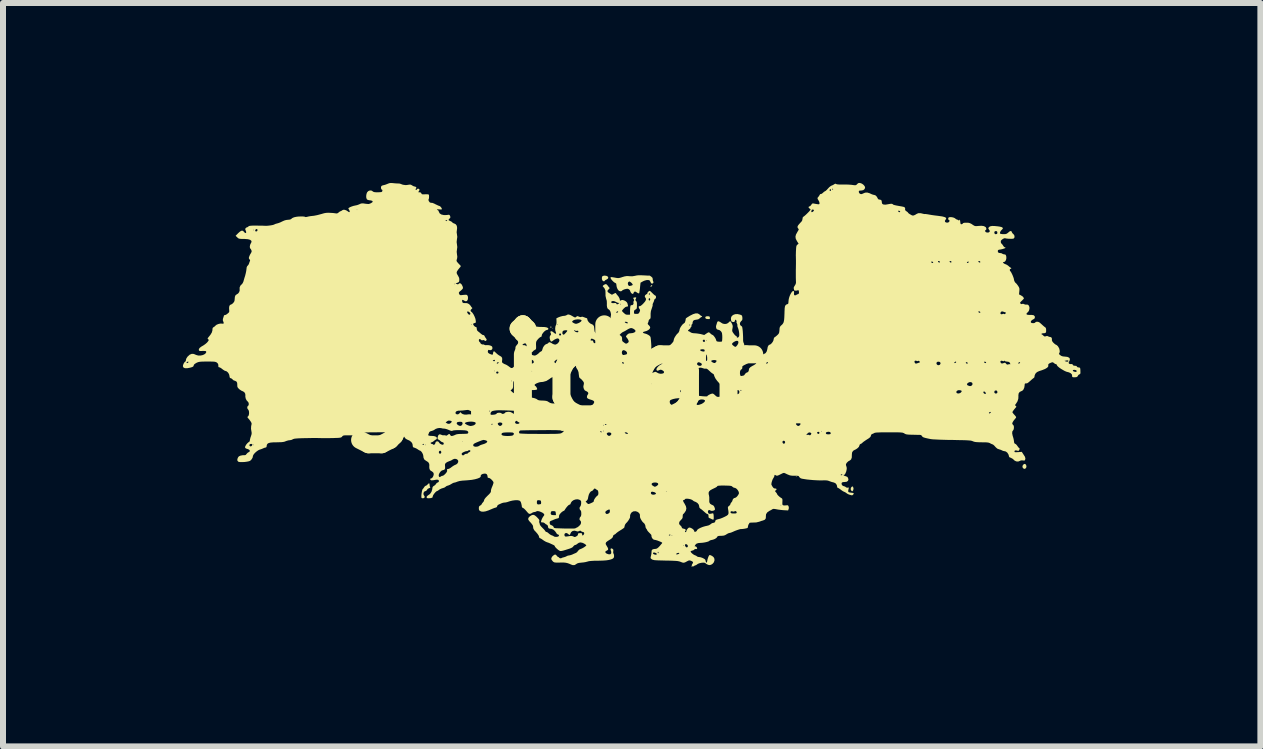
<source format=kicad_pcb>
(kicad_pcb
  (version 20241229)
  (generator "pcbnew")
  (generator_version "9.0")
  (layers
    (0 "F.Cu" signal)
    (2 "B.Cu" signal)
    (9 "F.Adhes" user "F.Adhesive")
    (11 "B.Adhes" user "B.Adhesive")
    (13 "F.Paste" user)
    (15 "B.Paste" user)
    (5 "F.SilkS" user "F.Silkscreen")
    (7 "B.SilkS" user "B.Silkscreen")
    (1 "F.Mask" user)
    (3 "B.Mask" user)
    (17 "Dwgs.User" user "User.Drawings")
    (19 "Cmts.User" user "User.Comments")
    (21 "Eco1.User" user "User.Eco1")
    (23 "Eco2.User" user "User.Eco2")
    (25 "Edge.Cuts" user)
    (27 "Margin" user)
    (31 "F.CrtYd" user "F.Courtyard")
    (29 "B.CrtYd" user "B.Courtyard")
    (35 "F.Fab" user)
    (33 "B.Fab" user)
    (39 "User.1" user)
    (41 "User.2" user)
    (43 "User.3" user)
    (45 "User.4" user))
  (footprint "ghidorah"
    (layer "F.Cu")
    (at 7.489 3.179)
    (property "Reference" "ghidorah" (at 0 0 0) (layer "F.SilkS") (effects (font (size 1.5 1.5) (thickness 0.3))))
    (attr board_only exclude_from_pos_files exclude_from_bom)
    (fp_poly (pts (xy -1.542 2.468) (xy -1.547 2.473) (xy -1.551 2.468) (xy -1.547 2.464)) (stroke (width 0) (type solid)) (fill yes) (layer "F.SilkS"))
    (fp_poly (pts (xy -1.318 -0.757) (xy -1.319 -0.752) (xy -1.324 -0.751) (xy -1.331 -0.755) (xy -1.33 -0.757) (xy -1.319 -0.758)) (stroke (width 0) (type solid)) (fill yes) (layer "F.SilkS"))
    (fp_poly (pts (xy 2.75 1.716) (xy 2.751 1.719) (xy 2.739 1.72) (xy 2.727 1.719) (xy 2.728 1.716) (xy 2.746 1.714)) (stroke (width 0) (type solid)) (fill yes) (layer "F.SilkS"))
    (fp_poly (pts (xy -1.346 -0.781) (xy -1.347 -0.773) (xy -1.352 -0.762) (xy -1.354 -0.76) (xy -1.359 -0.767) (xy -1.362 -0.773) (xy -1.361 -0.785) (xy -1.354 -0.786)) (stroke (width 0) (type solid)) (fill yes) (layer "F.SilkS"))
    (fp_poly (pts (xy -1.021 0.385) (xy -1.029 0.402) (xy -1.03 0.403) (xy -1.044 0.423) (xy -1.044 0.404) (xy -1.04 0.387) (xy -1.035 0.38) (xy -1.023 0.377)) (stroke (width 0) (type solid)) (fill yes) (layer "F.SilkS"))
    (fp_poly (pts (xy 0.333 -1.475) (xy 0.334 -1.464) (xy 0.325 -1.454) (xy 0.312 -1.45) (xy 0.303 -1.452) (xy 0.306 -1.458) (xy 0.312 -1.465) (xy 0.326 -1.475)) (stroke (width 0) (type solid)) (fill yes) (layer "F.SilkS"))
    (fp_poly (pts (xy 3.683 1.888) (xy 3.683 1.888) (xy 3.691 1.915) (xy 3.686 1.943) (xy 3.68 1.952) (xy 3.671 1.962) (xy 3.663 1.959) (xy 3.653 1.95) (xy 3.643 1.927) (xy 3.648 1.903) (xy 3.662 1.886) (xy 3.674 1.88)) (stroke (width 0) (type solid)) (fill yes) (layer "F.SilkS"))
    (fp_poly (pts (xy 6.555 1.508) (xy 6.556 1.508) (xy 6.569 1.525) (xy 6.574 1.549) (xy 6.568 1.571) (xy 6.561 1.579) (xy 6.545 1.588) (xy 6.533 1.587) (xy 6.52 1.578) (xy 6.507 1.559) (xy 6.509 1.536) (xy 6.523 1.515) (xy 6.54 1.505)) (stroke (width 0) (type solid)) (fill yes) (layer "F.SilkS"))
    (fp_poly (pts (xy 1.281 -0.955) (xy 1.292 -0.949) (xy 1.296 -0.935) (xy 1.296 -0.933) (xy 1.296 -0.916) (xy 1.288 -0.91) (xy 1.27 -0.909) (xy 1.246 -0.911) (xy 1.229 -0.916) (xy 1.229 -0.916) (xy 1.22 -0.93) (xy 1.22 -0.94) (xy 1.227 -0.951) (xy 1.243 -0.956) (xy 1.258 -0.957)) (stroke (width 0) (type solid)) (fill yes) (layer "F.SilkS"))
    (fp_poly (pts (xy -1.087 0.376) (xy -1.081 0.392) (xy -1.081 0.395) (xy -1.082 0.414) (xy -1.089 0.42) (xy -1.108 0.421) (xy -1.118 0.423) (xy -1.139 0.424) (xy -1.165 0.422) (xy -1.187 0.415) (xy -1.199 0.403) (xy -1.199 0.39) (xy -1.192 0.384) (xy -1.176 0.379) (xy -1.152 0.377) (xy -1.149 0.376) (xy -1.123 0.376) (xy -1.102 0.374) (xy -1.101 0.374)) (stroke (width 0) (type solid)) (fill yes) (layer "F.SilkS"))
    (fp_poly (pts (xy -0.425 -1.629) (xy -0.405 -1.617) (xy -0.398 -1.601) (xy -0.404 -1.584) (xy -0.426 -1.569) (xy -0.428 -1.568) (xy -0.448 -1.558) (xy -0.458 -1.548) (xy -0.459 -1.546) (xy -0.465 -1.539) (xy -0.478 -1.54) (xy -0.493 -1.55) (xy -0.494 -1.551) (xy -0.503 -1.571) (xy -0.505 -1.596) (xy -0.5 -1.617) (xy -0.493 -1.626) (xy -0.475 -1.632) (xy -0.456 -1.634)) (stroke (width 0) (type solid)) (fill yes) (layer "F.SilkS"))
    (fp_poly (pts (xy -3.378 1.842) (xy -3.377 1.855) (xy -3.374 1.878) (xy -3.368 1.893) (xy -3.367 1.893) (xy -3.365 1.901) (xy -3.379 1.907) (xy -3.384 1.909) (xy -3.408 1.921) (xy -3.419 1.936) (xy -3.431 1.952) (xy -3.442 1.957) (xy -3.463 1.965) (xy -3.476 1.983) (xy -3.48 2.006) (xy -3.473 2.028) (xy -3.468 2.033) (xy -3.458 2.052) (xy -3.463 2.069) (xy -3.482 2.078) (xy -3.483 2.078) (xy -3.502 2.077) (xy -3.511 2.073) (xy -3.514 2.058) (xy -3.514 2.033) (xy -3.511 2.002) (xy -3.506 1.97) (xy -3.5 1.944) (xy -3.494 1.927) (xy -3.491 1.924) (xy -3.481 1.914) (xy -3.469 1.896) (xy -3.468 1.895) (xy -3.456 1.878) (xy -3.443 1.87) (xy -3.442 1.87) (xy -3.428 1.864) (xy -3.411 1.849) (xy -3.41 1.848) (xy -3.393 1.831) (xy -3.382 1.829)) (stroke (width 0) (type solid)) (fill yes) (layer "F.SilkS"))
    (fp_poly (pts (xy 0.192 -1.638) (xy 0.23 -1.636) (xy 0.262 -1.634) (xy 0.282 -1.634) (xy 0.288 -1.635) (xy 0.295 -1.633) (xy 0.31 -1.623) (xy 0.317 -1.618) (xy 0.337 -1.6) (xy 0.343 -1.582) (xy 0.343 -1.573) (xy 0.346 -1.55) (xy 0.352 -1.536) (xy 0.357 -1.523) (xy 0.349 -1.51) (xy 0.347 -1.508) (xy 0.333 -1.499) (xy 0.324 -1.502) (xy 0.317 -1.509) (xy 0.304 -1.529) (xy 0.3 -1.541) (xy 0.29 -1.555) (xy 0.267 -1.561) (xy 0.237 -1.559) (xy 0.203 -1.549) (xy 0.183 -1.54) (xy 0.14 -1.516) (xy 0.133 -1.455) (xy 0.13 -1.421) (xy 0.126 -1.39) (xy 0.123 -1.372) (xy 0.12 -1.353) (xy 0.119 -1.343) (xy 0.112 -1.337) (xy 0.094 -1.343) (xy 0.074 -1.356) (xy 0.055 -1.367) (xy 0.043 -1.368) (xy 0.035 -1.363) (xy 0.024 -1.348) (xy 0.022 -1.34) (xy 0.016 -1.33) (xy 0.003 -1.33) (xy -0.014 -1.342) (xy -0.016 -1.344) (xy -0.027 -1.362) (xy -0.031 -1.373) (xy -0.038 -1.391) (xy -0.055 -1.407) (xy -0.076 -1.415) (xy -0.078 -1.415) (xy -0.102 -1.412) (xy -0.128 -1.405) (xy -0.152 -1.395) (xy -0.166 -1.386) (xy -0.168 -1.383) (xy -0.179 -1.374) (xy -0.199 -1.373) (xy -0.219 -1.38) (xy -0.223 -1.383) (xy -0.243 -1.408) (xy -0.257 -1.443) (xy -0.262 -1.476) (xy -0.265 -1.499) (xy -0.266 -1.5) (xy -0.072 -1.5) (xy -0.067 -1.481) (xy -0.057 -1.465) (xy -0.044 -1.461) (xy -0.028 -1.464) (xy -0.006 -1.47) (xy 0.009 -1.478) (xy 0.009 -1.478) (xy 0.008 -1.488) (xy -0.002 -1.503) (xy -0.018 -1.519) (xy -0.035 -1.531) (xy -0.049 -1.536) (xy -0.05 -1.536) (xy -0.067 -1.522) (xy -0.072 -1.5) (xy -0.266 -1.5) (xy -0.275 -1.509) (xy -0.277 -1.51) (xy -0.294 -1.518) (xy -0.315 -1.535) (xy -0.335 -1.556) (xy -0.352 -1.577) (xy -0.36 -1.594) (xy -0.361 -1.598) (xy -0.358 -1.605) (xy -0.353 -1.609) (xy -0.341 -1.609) (xy -0.319 -1.606) (xy -0.284 -1.6) (xy -0.28 -1.599) (xy -0.251 -1.594) (xy -0.228 -1.593) (xy -0.203 -1.597) (xy -0.171 -1.607) (xy -0.163 -1.61) (xy -0.125 -1.621) (xy -0.094 -1.626) (xy -0.064 -1.626) (xy -0.046 -1.624) (xy 0.005 -1.623) (xy 0.051 -1.631) (xy 0.078 -1.637) (xy 0.108 -1.64) (xy 0.146 -1.64)) (stroke (width 0) (type solid)) (fill yes) (layer "F.SilkS"))
    (fp_poly (pts (xy 3.804 -3.177) (xy 3.831 -3.167) (xy 3.856 -3.149) (xy 3.876 -3.126) (xy 3.884 -3.104) (xy 3.884 -3.103) (xy 3.876 -3.078) (xy 3.855 -3.06) (xy 3.831 -3.054) (xy 3.807 -3.052) (xy 3.791 -3.051) (xy 3.79 -3.051) (xy 3.78 -3.043) (xy 3.779 -3.027) (xy 3.786 -3.01) (xy 3.799 -2.998) (xy 3.817 -2.992) (xy 3.836 -2.996) (xy 3.845 -3.001) (xy 3.884 -3.017) (xy 3.919 -3.019) (xy 3.957 -3.008) (xy 3.97 -3.002) (xy 3.998 -2.989) (xy 4.024 -2.981) (xy 4.036 -2.979) (xy 4.057 -2.972) (xy 4.078 -2.951) (xy 4.095 -2.921) (xy 4.096 -2.916) (xy 4.109 -2.904) (xy 4.127 -2.901) (xy 4.149 -2.896) (xy 4.16 -2.881) (xy 4.163 -2.852) (xy 4.17 -2.83) (xy 4.19 -2.819) (xy 4.225 -2.817) (xy 4.261 -2.823) (xy 4.301 -2.83) (xy 4.326 -2.832) (xy 4.342 -2.827) (xy 4.348 -2.821) (xy 4.355 -2.816) (xy 4.374 -2.81) (xy 4.405 -2.803) (xy 4.449 -2.795) (xy 4.495 -2.787) (xy 4.527 -2.78) (xy 4.545 -2.771) (xy 4.552 -2.756) (xy 4.55 -2.741) (xy 4.553 -2.724) (xy 4.569 -2.709) (xy 4.574 -2.706) (xy 4.591 -2.694) (xy 4.6 -2.684) (xy 4.6 -2.683) (xy 4.607 -2.674) (xy 4.625 -2.661) (xy 4.639 -2.653) (xy 4.664 -2.639) (xy 4.681 -2.635) (xy 4.697 -2.638) (xy 4.702 -2.64) (xy 4.725 -2.651) (xy 4.74 -2.661) (xy 4.771 -2.675) (xy 4.809 -2.675) (xy 4.834 -2.669) (xy 4.859 -2.663) (xy 4.876 -2.66) (xy 4.88 -2.661) (xy 4.891 -2.661) (xy 4.914 -2.658) (xy 4.945 -2.653) (xy 4.955 -2.651) (xy 4.996 -2.644) (xy 5.046 -2.637) (xy 5.096 -2.631) (xy 5.111 -2.629) (xy 5.168 -2.621) (xy 5.207 -2.611) (xy 5.23 -2.6) (xy 5.237 -2.586) (xy 5.228 -2.569) (xy 5.225 -2.566) (xy 5.214 -2.547) (xy 5.217 -2.531) (xy 5.232 -2.52) (xy 5.256 -2.517) (xy 5.272 -2.521) (xy 5.284 -2.53) (xy 5.291 -2.544) (xy 5.29 -2.556) (xy 5.283 -2.56) (xy 5.272 -2.567) (xy 5.269 -2.583) (xy 5.273 -2.599) (xy 5.276 -2.602) (xy 5.293 -2.609) (xy 5.32 -2.609) (xy 5.35 -2.604) (xy 5.376 -2.594) (xy 5.388 -2.585) (xy 5.404 -2.573) (xy 5.416 -2.569) (xy 5.431 -2.563) (xy 5.438 -2.558) (xy 5.449 -2.552) (xy 5.457 -2.56) (xy 5.464 -2.568) (xy 5.466 -2.562) (xy 5.468 -2.545) (xy 5.47 -2.534) (xy 5.472 -2.512) (xy 5.473 -2.503) (xy 5.481 -2.492) (xy 5.491 -2.49) (xy 5.507 -2.496) (xy 5.512 -2.503) (xy 5.521 -2.511) (xy 5.54 -2.515) (xy 5.572 -2.516) (xy 5.606 -2.515) (xy 5.63 -2.509) (xy 5.655 -2.497) (xy 5.671 -2.486) (xy 5.696 -2.47) (xy 5.714 -2.461) (xy 5.734 -2.459) (xy 5.762 -2.461) (xy 5.772 -2.462) (xy 5.825 -2.465) (xy 5.865 -2.459) (xy 5.892 -2.444) (xy 5.897 -2.439) (xy 5.905 -2.422) (xy 5.905 -2.405) (xy 5.897 -2.395) (xy 5.893 -2.394) (xy 5.886 -2.387) (xy 5.885 -2.377) (xy 5.892 -2.362) (xy 5.911 -2.353) (xy 5.936 -2.352) (xy 5.941 -2.353) (xy 6.038 -2.353) (xy 6.04 -2.339) (xy 6.051 -2.327) (xy 6.064 -2.324) (xy 6.082 -2.33) (xy 6.088 -2.339) (xy 6.088 -2.363) (xy 6.076 -2.375) (xy 6.064 -2.377) (xy 6.044 -2.371) (xy 6.038 -2.353) (xy 5.941 -2.353) (xy 5.945 -2.355) (xy 5.961 -2.366) (xy 5.961 -2.384) (xy 5.95 -2.4) (xy 5.938 -2.419) (xy 5.943 -2.436) (xy 5.96 -2.451) (xy 5.978 -2.458) (xy 6.004 -2.462) (xy 6.041 -2.461) (xy 6.092 -2.456) (xy 6.121 -2.452) (xy 6.157 -2.444) (xy 6.177 -2.433) (xy 6.181 -2.419) (xy 6.169 -2.404) (xy 6.166 -2.401) (xy 6.148 -2.383) (xy 6.135 -2.36) (xy 6.132 -2.341) (xy 6.133 -2.337) (xy 6.144 -2.33) (xy 6.171 -2.326) (xy 6.19 -2.325) (xy 6.221 -2.326) (xy 6.241 -2.331) (xy 6.257 -2.341) (xy 6.268 -2.35) (xy 6.293 -2.371) (xy 6.313 -2.378) (xy 6.325 -2.372) (xy 6.329 -2.362) (xy 6.338 -2.343) (xy 6.353 -2.329) (xy 6.369 -2.311) (xy 6.375 -2.289) (xy 6.373 -2.267) (xy 6.361 -2.253) (xy 6.354 -2.25) (xy 6.333 -2.248) (xy 6.303 -2.248) (xy 6.271 -2.249) (xy 6.242 -2.252) (xy 6.222 -2.256) (xy 6.219 -2.257) (xy 6.206 -2.257) (xy 6.185 -2.248) (xy 6.165 -2.234) (xy 6.15 -2.219) (xy 6.146 -2.211) (xy 6.148 -2.181) (xy 6.16 -2.165) (xy 6.161 -2.164) (xy 6.173 -2.152) (xy 6.186 -2.132) (xy 6.186 -2.132) (xy 6.199 -2.114) (xy 6.212 -2.106) (xy 6.213 -2.106) (xy 6.224 -2.102) (xy 6.225 -2.098) (xy 6.218 -2.092) (xy 6.198 -2.084) (xy 6.172 -2.076) (xy 6.144 -2.07) (xy 6.122 -2.067) (xy 6.104 -2.062) (xy 6.096 -2.047) (xy 6.096 -2.046) (xy 6.099 -2.024) (xy 6.117 -2.012) (xy 6.139 -2.01) (xy 6.16 -2.006) (xy 6.171 -1.999) (xy 6.188 -1.991) (xy 6.206 -1.988) (xy 6.222 -1.985) (xy 6.231 -1.974) (xy 6.237 -1.955) (xy 6.239 -1.925) (xy 6.233 -1.896) (xy 6.22 -1.873) (xy 6.204 -1.862) (xy 6.199 -1.861) (xy 6.185 -1.859) (xy 6.182 -1.856) (xy 6.189 -1.844) (xy 6.207 -1.831) (xy 6.227 -1.823) (xy 6.248 -1.814) (xy 6.272 -1.797) (xy 6.278 -1.791) (xy 6.297 -1.775) (xy 6.311 -1.766) (xy 6.314 -1.765) (xy 6.321 -1.758) (xy 6.322 -1.756) (xy 6.315 -1.748) (xy 6.308 -1.748) (xy 6.298 -1.741) (xy 6.296 -1.726) (xy 6.301 -1.711) (xy 6.305 -1.708) (xy 6.315 -1.696) (xy 6.327 -1.673) (xy 6.341 -1.644) (xy 6.353 -1.614) (xy 6.362 -1.588) (xy 6.365 -1.572) (xy 6.371 -1.546) (xy 6.384 -1.522) (xy 6.397 -1.509) (xy 6.408 -1.499) (xy 6.424 -1.478) (xy 6.434 -1.464) (xy 6.449 -1.44) (xy 6.456 -1.42) (xy 6.457 -1.397) (xy 6.455 -1.373) (xy 6.45 -1.321) (xy 6.485 -1.303) (xy 6.516 -1.282) (xy 6.53 -1.259) (xy 6.531 -1.252) (xy 6.525 -1.244) (xy 6.51 -1.228) (xy 6.496 -1.214) (xy 6.476 -1.195) (xy 6.468 -1.183) (xy 6.469 -1.174) (xy 6.475 -1.167) (xy 6.491 -1.158) (xy 6.5 -1.161) (xy 6.517 -1.165) (xy 6.534 -1.158) (xy 6.556 -1.151) (xy 6.575 -1.151) (xy 6.598 -1.149) (xy 6.615 -1.132) (xy 6.624 -1.105) (xy 6.623 -1.078) (xy 6.615 -1.049) (xy 6.6 -1.026) (xy 6.588 -1.017) (xy 6.577 -1.005) (xy 6.575 -0.996) (xy 6.577 -0.988) (xy 6.584 -0.983) (xy 6.6 -0.98) (xy 6.628 -0.978) (xy 6.666 -0.978) (xy 6.696 -0.973) (xy 6.712 -0.956) (xy 6.715 -0.938) (xy 6.707 -0.917) (xy 6.695 -0.909) (xy 6.666 -0.893) (xy 6.65 -0.876) (xy 6.645 -0.859) (xy 6.655 -0.847) (xy 6.666 -0.843) (xy 6.689 -0.841) (xy 6.71 -0.845) (xy 6.722 -0.853) (xy 6.724 -0.857) (xy 6.731 -0.862) (xy 6.75 -0.865) (xy 6.753 -0.865) (xy 6.773 -0.862) (xy 6.793 -0.852) (xy 6.817 -0.831) (xy 6.825 -0.824) (xy 6.85 -0.801) (xy 6.871 -0.783) (xy 6.885 -0.773) (xy 6.896 -0.763) (xy 6.901 -0.744) (xy 6.902 -0.723) (xy 6.901 -0.695) (xy 6.892 -0.679) (xy 6.874 -0.674) (xy 6.854 -0.673) (xy 6.834 -0.67) (xy 6.824 -0.664) (xy 6.824 -0.656) (xy 6.827 -0.655) (xy 6.838 -0.65) (xy 6.854 -0.636) (xy 6.855 -0.634) (xy 6.872 -0.621) (xy 6.886 -0.619) (xy 6.896 -0.623) (xy 6.919 -0.628) (xy 6.934 -0.622) (xy 6.954 -0.613) (xy 6.966 -0.612) (xy 6.988 -0.605) (xy 6.998 -0.586) (xy 6.998 -0.569) (xy 6.999 -0.551) (xy 7.009 -0.531) (xy 7.025 -0.513) (xy 7.045 -0.495) (xy 7.062 -0.483) (xy 7.068 -0.481) (xy 7.08 -0.474) (xy 7.097 -0.458) (xy 7.103 -0.449) (xy 7.119 -0.422) (xy 7.127 -0.391) (xy 7.129 -0.363) (xy 7.122 -0.343) (xy 7.119 -0.339) (xy 7.116 -0.33) (xy 7.125 -0.317) (xy 7.135 -0.309) (xy 7.156 -0.295) (xy 7.181 -0.287) (xy 7.213 -0.284) (xy 7.256 -0.279) (xy 7.285 -0.266) (xy 7.298 -0.247) (xy 7.295 -0.222) (xy 7.287 -0.206) (xy 7.277 -0.182) (xy 7.283 -0.166) (xy 7.302 -0.159) (xy 7.314 -0.159) (xy 7.335 -0.159) (xy 7.345 -0.151) (xy 7.347 -0.147) (xy 7.356 -0.135) (xy 7.377 -0.131) (xy 7.382 -0.131) (xy 7.406 -0.128) (xy 7.414 -0.119) (xy 7.414 -0.119) (xy 7.422 -0.108) (xy 7.442 -0.103) (xy 7.458 -0.101) (xy 7.467 -0.095) (xy 7.471 -0.082) (xy 7.473 -0.057) (xy 7.473 -0.047) (xy 7.474 -0.017) (xy 7.472 -0.000211) (xy 7.466 0.008) (xy 7.458 0.011) (xy 7.44 0.022) (xy 7.434 0.032) (xy 7.424 0.049) (xy 7.408 0.058) (xy 7.381 0.061) (xy 7.372 0.061) (xy 7.349 0.06) (xy 7.338 0.055) (xy 7.335 0.043) (xy 7.335 0.035) (xy 7.331 0.013) (xy 7.315 -0.003) (xy 7.307 -0.009) (xy 7.284 -0.02) (xy 7.265 -0.026) (xy 7.263 -0.026) (xy 7.243 -0.031) (xy 7.214 -0.043) (xy 7.196 -0.053) (xy 7.346 -0.053) (xy 7.352 -0.042) (xy 7.363 -0.035) (xy 7.389 -0.028) (xy 7.405 -0.03) (xy 7.41 -0.036) (xy 7.411 -0.049) (xy 7.395 -0.059) (xy 7.375 -0.063) (xy 7.354 -0.061) (xy 7.346 -0.053) (xy 7.196 -0.053) (xy 7.182 -0.061) (xy 7.148 -0.081) (xy 7.118 -0.102) (xy 7.095 -0.122) (xy 7.083 -0.137) (xy 7.082 -0.141) (xy 7.075 -0.155) (xy 7.067 -0.157) (xy 7.05 -0.163) (xy 7.032 -0.176) (xy 7.017 -0.188) (xy 7.003 -0.189) (xy 6.984 -0.183) (xy 6.955 -0.17) (xy 6.94 -0.158) (xy 6.937 -0.144) (xy 6.938 -0.136) (xy 6.936 -0.117) (xy 6.918 -0.098) (xy 6.885 -0.078) (xy 6.835 -0.058) (xy 6.785 -0.042) (xy 6.749 -0.025) (xy 6.724 -0.000145) (xy 6.711 0.029) (xy 6.71 0.038) (xy 6.705 0.063) (xy 6.693 0.074) (xy 6.678 0.085) (xy 6.656 0.104) (xy 6.634 0.124) (xy 6.606 0.148) (xy 6.586 0.161) (xy 6.568 0.163) (xy 6.552 0.164) (xy 6.545 0.173) (xy 6.544 0.192) (xy 6.538 0.232) (xy 6.524 0.265) (xy 6.503 0.287) (xy 6.489 0.292) (xy 6.46 0.306) (xy 6.443 0.332) (xy 6.439 0.368) (xy 6.44 0.379) (xy 6.438 0.419) (xy 6.424 0.463) (xy 6.398 0.504) (xy 6.393 0.51) (xy 6.384 0.523) (xy 6.387 0.532) (xy 6.395 0.537) (xy 6.405 0.548) (xy 6.403 0.557) (xy 6.396 0.565) (xy 6.373 0.592) (xy 6.354 0.617) (xy 6.342 0.636) (xy 6.339 0.643) (xy 6.345 0.653) (xy 6.359 0.672) (xy 6.374 0.688) (xy 6.393 0.71) (xy 6.401 0.723) (xy 6.401 0.733) (xy 6.395 0.741) (xy 6.363 0.78) (xy 6.344 0.809) (xy 6.337 0.831) (xy 6.339 0.839) (xy 6.35 0.855) (xy 6.357 0.861) (xy 6.363 0.873) (xy 6.365 0.895) (xy 6.363 0.92) (xy 6.357 0.938) (xy 6.353 0.943) (xy 6.338 0.965) (xy 6.336 0.997) (xy 6.345 1.041) (xy 6.348 1.048) (xy 6.357 1.079) (xy 6.363 1.107) (xy 6.365 1.122) (xy 6.369 1.151) (xy 6.379 1.168) (xy 6.388 1.171) (xy 6.4 1.178) (xy 6.415 1.195) (xy 6.422 1.205) (xy 6.437 1.226) (xy 6.45 1.24) (xy 6.454 1.243) (xy 6.461 1.249) (xy 6.458 1.263) (xy 6.455 1.27) (xy 6.445 1.286) (xy 6.433 1.288) (xy 6.421 1.284) (xy 6.395 1.279) (xy 6.378 1.285) (xy 6.374 1.298) (xy 6.376 1.306) (xy 6.385 1.31) (xy 6.405 1.31) (xy 6.435 1.309) (xy 6.496 1.304) (xy 6.516 1.335) (xy 6.532 1.36) (xy 6.546 1.381) (xy 6.548 1.385) (xy 6.556 1.412) (xy 6.554 1.428) (xy 6.548 1.444) (xy 6.539 1.449) (xy 6.518 1.448) (xy 6.515 1.447) (xy 6.482 1.447) (xy 6.462 1.456) (xy 6.435 1.466) (xy 6.403 1.463) (xy 6.375 1.449) (xy 6.364 1.438) (xy 6.344 1.42) (xy 6.318 1.406) (xy 6.317 1.405) (xy 6.297 1.397) (xy 6.286 1.391) (xy 6.286 1.39) (xy 6.275 1.35) (xy 6.256 1.319) (xy 6.231 1.299) (xy 6.208 1.293) (xy 6.183 1.288) (xy 6.168 1.281) (xy 6.147 1.271) (xy 6.121 1.263) (xy 6.118 1.262) (xy 6.09 1.252) (xy 6.065 1.231) (xy 6.053 1.218) (xy 6.034 1.197) (xy 6.017 1.183) (xy 6.01 1.18) (xy 5.996 1.175) (xy 5.975 1.165) (xy 5.97 1.162) (xy 5.956 1.155) (xy 5.939 1.15) (xy 5.916 1.147) (xy 5.883 1.145) (xy 5.836 1.145) (xy 5.831 1.145) (xy 5.78 1.144) (xy 5.743 1.142) (xy 5.716 1.139) (xy 5.694 1.133) (xy 5.681 1.128) (xy 5.669 1.123) (xy 5.655 1.119) (xy 5.638 1.116) (xy 5.615 1.114) (xy 5.585 1.112) (xy 5.545 1.11) (xy 5.494 1.109) (xy 5.43 1.108) (xy 5.35 1.106) (xy 5.337 1.106) (xy 5.259 1.105) (xy 5.186 1.103) (xy 5.12 1.101) (xy 5.064 1.098) (xy 5.02 1.096) (xy 4.99 1.093) (xy 4.98 1.092) (xy 4.927 1.081) (xy 4.888 1.072) (xy 4.861 1.064) (xy 4.844 1.055) (xy 4.835 1.046) (xy 4.832 1.041) (xy 4.819 1.026) (xy 4.806 1.022) (xy 4.79 1.021) (xy 4.762 1.021) (xy 4.724 1.02) (xy 4.68 1.019) (xy 4.679 1.019) (xy 4.632 1.018) (xy 4.598 1.016) (xy 4.575 1.013) (xy 4.557 1.008) (xy 4.542 1) (xy 4.539 0.998) (xy 4.529 0.992) (xy 4.519 0.988) (xy 4.506 0.984) (xy 4.487 0.982) (xy 4.462 0.98) (xy 4.427 0.979) (xy 4.38 0.979) (xy 4.319 0.979) (xy 4.281 0.979) (xy 4.208 0.979) (xy 4.151 0.979) (xy 4.108 0.981) (xy 4.076 0.982) (xy 4.055 0.985) (xy 4.041 0.988) (xy 4.036 0.991) (xy 4.015 1.002) (xy 4.002 1.006) (xy 3.986 1.017) (xy 3.98 1.035) (xy 3.975 1.051) (xy 3.962 1.065) (xy 3.94 1.082) (xy 3.914 1.098) (xy 3.884 1.118) (xy 3.858 1.136) (xy 3.841 1.15) (xy 3.84 1.152) (xy 3.822 1.167) (xy 3.809 1.172) (xy 3.794 1.183) (xy 3.789 1.199) (xy 3.78 1.221) (xy 3.758 1.243) (xy 3.731 1.262) (xy 3.711 1.271) (xy 3.683 1.288) (xy 3.666 1.317) (xy 3.663 1.354) (xy 3.663 1.356) (xy 3.662 1.399) (xy 3.65 1.431) (xy 3.627 1.45) (xy 3.623 1.451) (xy 3.601 1.464) (xy 3.58 1.485) (xy 3.578 1.487) (xy 3.566 1.507) (xy 3.564 1.523) (xy 3.568 1.535) (xy 3.576 1.561) (xy 3.578 1.58) (xy 3.575 1.606) (xy 3.568 1.635) (xy 3.557 1.661) (xy 3.547 1.68) (xy 3.538 1.686) (xy 3.526 1.689) (xy 3.527 1.696) (xy 3.54 1.704) (xy 3.556 1.709) (xy 3.585 1.72) (xy 3.599 1.738) (xy 3.606 1.766) (xy 3.598 1.788) (xy 3.576 1.803) (xy 3.542 1.807) (xy 3.512 1.809) (xy 3.496 1.818) (xy 3.491 1.835) (xy 3.491 1.837) (xy 3.498 1.858) (xy 3.517 1.873) (xy 3.535 1.878) (xy 3.553 1.885) (xy 3.561 1.892) (xy 3.58 1.902) (xy 3.594 1.901) (xy 3.609 1.898) (xy 3.612 1.905) (xy 3.609 1.92) (xy 3.602 1.951) (xy 3.603 1.969) (xy 3.612 1.978) (xy 3.632 1.982) (xy 3.645 1.984) (xy 3.676 1.988) (xy 3.692 1.993) (xy 3.695 2) (xy 3.688 2.013) (xy 3.686 2.015) (xy 3.675 2.026) (xy 3.664 2.029) (xy 3.645 2.025) (xy 3.632 2.021) (xy 3.603 2.011) (xy 3.58 1.998) (xy 3.574 1.993) (xy 3.552 1.978) (xy 3.534 1.97) (xy 3.515 1.961) (xy 3.49 1.944) (xy 3.477 1.934) (xy 3.455 1.918) (xy 3.437 1.907) (xy 3.431 1.905) (xy 3.421 1.9) (xy 3.42 1.898) (xy 3.412 1.858) (xy 3.395 1.832) (xy 3.368 1.817) (xy 3.354 1.813) (xy 3.326 1.806) (xy 3.295 1.795) (xy 3.287 1.792) (xy 3.265 1.784) (xy 3.239 1.78) (xy 3.205 1.779) (xy 3.163 1.78) (xy 3.122 1.78) (xy 3.073 1.778) (xy 3.02 1.775) (xy 2.965 1.77) (xy 2.914 1.765) (xy 2.869 1.758) (xy 2.833 1.752) (xy 2.812 1.746) (xy 2.81 1.745) (xy 2.792 1.731) (xy 2.783 1.718) (xy 2.778 1.71) (xy 2.768 1.705) (xy 2.749 1.703) (xy 2.716 1.702) (xy 2.708 1.702) (xy 2.672 1.702) (xy 2.643 1.699) (xy 2.617 1.692) (xy 2.604 1.686) (xy 3.478 1.686) (xy 3.479 1.694) (xy 3.485 1.695) (xy 3.5 1.69) (xy 3.504 1.686) (xy 3.502 1.679) (xy 3.496 1.678) (xy 3.481 1.683) (xy 3.478 1.686) (xy 2.604 1.686) (xy 2.586 1.679) (xy 2.554 1.663) (xy 2.533 1.655) (xy 2.516 1.658) (xy 2.505 1.663) (xy 2.467 1.682) (xy 2.44 1.695) (xy 2.423 1.701) (xy 2.411 1.702) (xy 2.402 1.699) (xy 2.398 1.697) (xy 2.381 1.688) (xy 2.374 1.69) (xy 2.372 1.703) (xy 2.367 1.721) (xy 2.355 1.741) (xy 2.343 1.762) (xy 2.332 1.791) (xy 2.324 1.82) (xy 2.321 1.844) (xy 2.323 1.854) (xy 2.342 1.888) (xy 2.358 1.907) (xy 2.374 1.915) (xy 2.384 1.915) (xy 2.402 1.918) (xy 2.408 1.929) (xy 2.399 1.943) (xy 2.392 1.947) (xy 2.383 1.954) (xy 2.384 1.963) (xy 2.396 1.977) (xy 2.41 1.994) (xy 2.416 2.006) (xy 2.416 2.006) (xy 2.422 2.019) (xy 2.438 2.036) (xy 2.459 2.055) (xy 2.48 2.07) (xy 2.487 2.074) (xy 2.499 2.082) (xy 2.504 2.092) (xy 2.506 2.112) (xy 2.505 2.138) (xy 2.504 2.167) (xy 2.506 2.184) (xy 2.511 2.192) (xy 2.521 2.196) (xy 2.543 2.198) (xy 2.569 2.196) (xy 2.569 2.196) (xy 2.591 2.194) (xy 2.602 2.201) (xy 2.608 2.212) (xy 2.613 2.239) (xy 2.609 2.257) (xy 2.6 2.281) (xy 2.527 2.277) (xy 2.485 2.273) (xy 2.442 2.268) (xy 2.407 2.262) (xy 2.405 2.261) (xy 2.374 2.256) (xy 2.354 2.255) (xy 2.339 2.26) (xy 2.335 2.263) (xy 2.313 2.276) (xy 2.289 2.288) (xy 2.253 2.313) (xy 2.233 2.343) (xy 2.229 2.38) (xy 2.23 2.381) (xy 2.228 2.413) (xy 2.213 2.435) (xy 2.183 2.448) (xy 2.18 2.449) (xy 2.158 2.455) (xy 2.13 2.465) (xy 2.119 2.469) (xy 2.069 2.481) (xy 2.016 2.483) (xy 1.982 2.484) (xy 1.962 2.486) (xy 1.953 2.491) (xy 1.953 2.494) (xy 1.948 2.507) (xy 1.945 2.509) (xy 1.938 2.519) (xy 1.933 2.539) (xy 1.932 2.541) (xy 1.929 2.562) (xy 1.925 2.572) (xy 1.925 2.572) (xy 1.913 2.577) (xy 1.891 2.582) (xy 1.865 2.587) (xy 1.84 2.59) (xy 1.825 2.591) (xy 1.822 2.591) (xy 1.809 2.591) (xy 1.785 2.597) (xy 1.752 2.608) (xy 1.714 2.622) (xy 1.685 2.635) (xy 1.657 2.647) (xy 1.633 2.655) (xy 1.623 2.656) (xy 1.606 2.661) (xy 1.582 2.673) (xy 1.572 2.68) (xy 1.548 2.694) (xy 1.523 2.701) (xy 1.491 2.704) (xy 1.482 2.704) (xy 1.448 2.705) (xy 1.429 2.71) (xy 1.421 2.717) (xy 1.407 2.738) (xy 1.38 2.756) (xy 1.346 2.769) (xy 1.334 2.771) (xy 1.309 2.777) (xy 1.292 2.784) (xy 1.289 2.787) (xy 1.276 2.796) (xy 1.25 2.805) (xy 1.216 2.813) (xy 1.179 2.819) (xy 1.143 2.822) (xy 1.139 2.822) (xy 1.103 2.825) (xy 1.078 2.833) (xy 1.067 2.84) (xy 1.055 2.853) (xy 1.046 2.868) (xy 1.043 2.879) (xy 1.047 2.882) (xy 1.052 2.88) (xy 1.063 2.881) (xy 1.075 2.893) (xy 1.083 2.908) (xy 1.083 2.919) (xy 1.071 2.925) (xy 1.06 2.924) (xy 1.044 2.926) (xy 1.038 2.932) (xy 1.027 2.942) (xy 1.007 2.949) (xy 1.004 2.95) (xy 0.984 2.956) (xy 0.974 2.964) (xy 0.974 2.965) (xy 0.981 2.979) (xy 0.998 2.997) (xy 1.02 3.014) (xy 1.041 3.026) (xy 1.047 3.028) (xy 1.068 3.037) (xy 1.08 3.046) (xy 1.095 3.055) (xy 1.118 3.058) (xy 1.142 3.062) (xy 1.172 3.072) (xy 1.184 3.078) (xy 1.209 3.092) (xy 1.221 3.106) (xy 1.226 3.124) (xy 1.226 3.126) (xy 1.231 3.147) (xy 1.24 3.151) (xy 1.248 3.141) (xy 1.252 3.123) (xy 1.257 3.096) (xy 1.266 3.068) (xy 1.276 3.043) (xy 1.287 3.027) (xy 1.292 3.024) (xy 1.306 3.027) (xy 1.327 3.037) (xy 1.332 3.039) (xy 1.358 3.06) (xy 1.372 3.088) (xy 1.372 3.119) (xy 1.36 3.149) (xy 1.337 3.174) (xy 1.318 3.185) (xy 1.295 3.192) (xy 1.275 3.19) (xy 1.259 3.184) (xy 1.237 3.173) (xy 1.223 3.162) (xy 1.222 3.16) (xy 1.208 3.153) (xy 1.184 3.151) (xy 1.154 3.154) (xy 1.123 3.161) (xy 1.097 3.171) (xy 1.085 3.179) (xy 1.067 3.192) (xy 1.05 3.198) (xy 1.05 3.198) (xy 1.037 3.202) (xy 1.035 3.207) (xy 1.028 3.212) (xy 1.009 3.214) (xy 1.003 3.214) (xy 0.986 3.213) (xy 0.982 3.21) (xy 0.985 3.209) (xy 0.996 3.202) (xy 0.995 3.197) (xy 0.996 3.185) (xy 1.005 3.171) (xy 1.016 3.152) (xy 1.009 3.135) (xy 0.985 3.122) (xy 0.98 3.12) (xy 0.959 3.114) (xy 0.942 3.116) (xy 0.921 3.126) (xy 0.91 3.132) (xy 0.882 3.147) (xy 0.86 3.153) (xy 0.838 3.15) (xy 0.807 3.138) (xy 0.805 3.137) (xy 0.79 3.132) (xy 0.773 3.128) (xy 0.751 3.124) (xy 0.722 3.122) (xy 0.683 3.12) (xy 0.632 3.118) (xy 0.565 3.117) (xy 0.561 3.117) (xy 0.494 3.115) (xy 0.443 3.114) (xy 0.404 3.112) (xy 0.375 3.11) (xy 0.355 3.106) (xy 0.34 3.102) (xy 0.328 3.095) (xy 0.318 3.087) (xy 0.317 3.087) (xy 0.308 3.076) (xy 0.308 3.062) (xy 0.313 3.042) (xy 0.32 3.011) (xy 0.322 2.995) (xy 0.346 2.995) (xy 0.354 3.007) (xy 0.365 3.013) (xy 0.39 3.02) (xy 0.407 3.016) (xy 0.411 3.011) (xy 0.733 3.011) (xy 0.741 3.014) (xy 0.749 3.014) (xy 0.77 3.009) (xy 0.782 3.001) (xy 0.787 2.992) (xy 0.779 2.988) (xy 0.771 2.988) (xy 0.75 2.993) (xy 0.738 3.001) (xy 0.733 3.011) (xy 0.411 3.011) (xy 0.412 3.009) (xy 0.408 3) (xy 0.393 2.99) (xy 0.374 2.983) (xy 0.358 2.982) (xy 0.354 2.984) (xy 0.346 2.995) (xy 0.322 2.995) (xy 0.323 2.98) (xy 0.426 2.98) (xy 0.429 2.989) (xy 0.436 2.996) (xy 0.439 2.989) (xy 0.439 2.976) (xy 0.438 2.973) (xy 0.429 2.971) (xy 0.426 2.98) (xy 0.323 2.98) (xy 0.323 2.978) (xy 0.323 2.977) (xy 0.325 2.949) (xy 0.338 2.932) (xy 0.364 2.924) (xy 0.381 2.923) (xy 0.402 2.92) (xy 0.419 2.912) (xy 0.439 2.896) (xy 0.46 2.874) (xy 0.467 2.866) (xy 0.852 2.866) (xy 0.855 2.873) (xy 0.858 2.872) (xy 0.859 2.861) (xy 0.858 2.861) (xy 0.88 2.861) (xy 0.887 2.879) (xy 0.901 2.895) (xy 0.916 2.897) (xy 0.927 2.885) (xy 0.929 2.877) (xy 0.925 2.86) (xy 0.912 2.847) (xy 0.895 2.843) (xy 0.884 2.847) (xy 0.88 2.861) (xy 0.858 2.861) (xy 0.858 2.86) (xy 0.853 2.861) (xy 0.852 2.866) (xy 0.467 2.866) (xy 0.48 2.85) (xy 0.496 2.832) (xy 0.502 2.822) (xy 0.502 2.822) (xy 0.495 2.814) (xy 0.475 2.804) (xy 0.448 2.793) (xy 0.419 2.782) (xy 0.391 2.774) (xy 0.371 2.77) (xy 0.368 2.77) (xy 0.352 2.763) (xy 0.335 2.745) (xy 0.324 2.723) (xy 0.323 2.715) (xy 0.321 2.697) (xy 0.32 2.691) (xy 0.612 2.691) (xy 0.614 2.699) (xy 0.619 2.7) (xy 0.66 2.7) (xy 0.663 2.707) (xy 0.666 2.706) (xy 0.667 2.695) (xy 0.666 2.694) (xy 0.66 2.695) (xy 0.66 2.7) (xy 0.619 2.7) (xy 0.634 2.695) (xy 0.638 2.691) (xy 0.636 2.684) (xy 0.63 2.682) (xy 0.615 2.688) (xy 0.612 2.691) (xy 0.32 2.691) (xy 0.32 2.69) (xy 0.313 2.681) (xy 0.298 2.665) (xy 0.284 2.651) (xy 0.265 2.631) (xy 0.252 2.614) (xy 0.249 2.607) (xy 0.243 2.594) (xy 0.236 2.586) (xy 0.226 2.569) (xy 0.223 2.554) (xy 0.218 2.526) (xy 0.204 2.5) (xy 0.198 2.494) (xy 0.782 2.494) (xy 0.79 2.518) (xy 0.803 2.53) (xy 0.82 2.547) (xy 0.827 2.563) (xy 0.834 2.577) (xy 0.852 2.584) (xy 0.859 2.585) (xy 0.881 2.591) (xy 0.893 2.602) (xy 0.893 2.615) (xy 0.887 2.621) (xy 0.88 2.633) (xy 0.882 2.638) (xy 0.892 2.644) (xy 0.901 2.637) (xy 0.904 2.623) (xy 0.91 2.607) (xy 0.924 2.587) (xy 0.926 2.584) (xy 0.943 2.569) (xy 0.957 2.566) (xy 0.973 2.57) (xy 1 2.583) (xy 1.022 2.601) (xy 1.034 2.62) (xy 1.035 2.626) (xy 1.04 2.637) (xy 1.043 2.639) (xy 1.063 2.634) (xy 1.077 2.623) (xy 1.079 2.617) (xy 1.087 2.603) (xy 1.108 2.587) (xy 1.139 2.571) (xy 1.176 2.556) (xy 1.216 2.544) (xy 1.249 2.537) (xy 1.281 2.528) (xy 1.307 2.512) (xy 1.307 2.511) (xy 1.326 2.497) (xy 1.342 2.49) (xy 1.343 2.49) (xy 1.369 2.485) (xy 1.383 2.472) (xy 1.385 2.464) (xy 1.39 2.446) (xy 1.409 2.434) (xy 1.442 2.425) (xy 1.443 2.425) (xy 1.469 2.418) (xy 1.503 2.405) (xy 1.538 2.389) (xy 1.544 2.386) (xy 1.575 2.37) (xy 1.595 2.355) (xy 1.605 2.339) (xy 1.607 2.317) (xy 1.606 2.302) (xy 1.641 2.302) (xy 1.641 2.318) (xy 1.641 2.319) (xy 1.65 2.327) (xy 1.67 2.331) (xy 1.695 2.332) (xy 1.723 2.331) (xy 1.737 2.327) (xy 1.743 2.32) (xy 1.743 2.314) (xy 1.737 2.298) (xy 1.722 2.291) (xy 1.707 2.296) (xy 1.706 2.296) (xy 1.69 2.301) (xy 1.675 2.297) (xy 1.653 2.294) (xy 1.641 2.302) (xy 1.606 2.302) (xy 1.604 2.285) (xy 1.599 2.257) (xy 1.596 2.233) (xy 1.6 2.219) (xy 1.612 2.208) (xy 1.615 2.206) (xy 1.629 2.193) (xy 2.477 2.193) (xy 2.48 2.2) (xy 2.483 2.199) (xy 2.484 2.189) (xy 2.483 2.187) (xy 2.478 2.188) (xy 2.477 2.193) (xy 1.629 2.193) (xy 1.632 2.191) (xy 1.638 2.176) (xy 1.644 2.159) (xy 1.656 2.145) (xy 1.669 2.127) (xy 1.673 2.112) (xy 1.681 2.092) (xy 1.698 2.076) (xy 1.716 2.071) (xy 1.732 2.064) (xy 1.751 2.046) (xy 1.768 2.023) (xy 1.779 2.001) (xy 1.781 1.991) (xy 1.775 1.967) (xy 1.76 1.941) (xy 1.74 1.919) (xy 1.719 1.906) (xy 1.712 1.905) (xy 1.69 1.899) (xy 1.672 1.886) (xy 1.663 1.878) (xy 1.652 1.873) (xy 1.635 1.87) (xy 1.61 1.868) (xy 1.573 1.867) (xy 1.537 1.866) (xy 1.487 1.866) (xy 1.452 1.868) (xy 1.431 1.87) (xy 1.421 1.874) (xy 1.42 1.876) (xy 1.413 1.886) (xy 1.394 1.898) (xy 1.378 1.906) (xy 1.332 1.928) (xy 1.301 1.946) (xy 1.283 1.965) (xy 1.275 1.985) (xy 1.276 2.01) (xy 1.281 2.029) (xy 1.286 2.062) (xy 1.286 2.098) (xy 1.286 2.106) (xy 1.286 2.142) (xy 1.299 2.168) (xy 1.326 2.186) (xy 1.335 2.189) (xy 1.357 2.201) (xy 1.371 2.223) (xy 1.374 2.233) (xy 1.381 2.256) (xy 1.38 2.268) (xy 1.371 2.277) (xy 1.371 2.278) (xy 1.348 2.287) (xy 1.322 2.288) (xy 1.302 2.281) (xy 1.3 2.279) (xy 1.284 2.273) (xy 1.27 2.28) (xy 1.263 2.298) (xy 1.263 2.301) (xy 1.269 2.326) (xy 1.286 2.338) (xy 1.312 2.336) (xy 1.318 2.335) (xy 1.338 2.329) (xy 1.351 2.331) (xy 1.352 2.331) (xy 1.356 2.343) (xy 1.359 2.366) (xy 1.36 2.393) (xy 1.36 2.417) (xy 1.357 2.432) (xy 1.356 2.434) (xy 1.346 2.434) (xy 1.328 2.427) (xy 1.327 2.426) (xy 1.304 2.415) (xy 1.287 2.408) (xy 1.275 2.399) (xy 1.273 2.377) (xy 1.273 2.375) (xy 1.272 2.354) (xy 1.263 2.344) (xy 1.258 2.342) (xy 1.247 2.338) (xy 1.235 2.331) (xy 1.218 2.317) (xy 1.193 2.295) (xy 1.178 2.282) (xy 1.157 2.264) (xy 1.138 2.251) (xy 1.136 2.25) (xy 1.121 2.233) (xy 1.118 2.214) (xy 1.111 2.185) (xy 1.09 2.158) (xy 1.062 2.14) (xy 1.051 2.136) (xy 1.029 2.127) (xy 1.017 2.118) (xy 1 2.105) (xy 0.975 2.095) (xy 0.946 2.088) (xy 0.917 2.085) (xy 0.894 2.086) (xy 0.88 2.093) (xy 0.878 2.098) (xy 0.871 2.105) (xy 0.866 2.106) (xy 0.852 2.109) (xy 0.849 2.122) (xy 0.859 2.144) (xy 0.874 2.168) (xy 0.896 2.21) (xy 0.904 2.246) (xy 0.897 2.281) (xy 0.881 2.308) (xy 0.866 2.328) (xy 0.854 2.34) (xy 0.851 2.342) (xy 0.846 2.349) (xy 0.843 2.369) (xy 0.843 2.377) (xy 0.841 2.403) (xy 0.831 2.422) (xy 0.813 2.44) (xy 0.789 2.468) (xy 0.782 2.494) (xy 0.198 2.494) (xy 0.191 2.488) (xy 0.175 2.473) (xy 0.158 2.449) (xy 0.142 2.422) (xy 0.132 2.397) (xy 0.13 2.381) (xy 0.13 2.351) (xy 0.116 2.324) (xy 0.091 2.305) (xy 0.06 2.294) (xy 0.025 2.296) (xy 0.017 2.298) (xy -0.009 2.314) (xy -0.027 2.34) (xy -0.035 2.369) (xy -0.034 2.383) (xy -0.036 2.4) (xy -0.048 2.425) (xy -0.065 2.452) (xy -0.085 2.478) (xy -0.1 2.492) (xy -0.115 2.512) (xy -0.123 2.531) (xy -0.128 2.553) (xy -0.131 2.566) (xy -0.14 2.575) (xy -0.16 2.589) (xy -0.187 2.607) (xy -0.196 2.612) (xy -0.226 2.631) (xy -0.251 2.649) (xy -0.267 2.662) (xy -0.268 2.664) (xy -0.285 2.679) (xy -0.297 2.684) (xy -0.313 2.695) (xy -0.319 2.713) (xy -0.325 2.73) (xy -0.34 2.746) (xy -0.366 2.765) (xy -0.375 2.77) (xy -0.411 2.793) (xy -0.433 2.811) (xy -0.441 2.828) (xy -0.439 2.846) (xy -0.426 2.869) (xy -0.423 2.874) (xy -0.405 2.905) (xy -0.399 2.926) (xy -0.405 2.94) (xy -0.424 2.951) (xy -0.444 2.963) (xy -0.448 2.978) (xy -0.435 2.994) (xy -0.42 3.003) (xy -0.387 3.013) (xy -0.363 3.011) (xy -0.349 2.996) (xy -0.348 2.971) (xy -0.355 2.949) (xy -0.361 2.927) (xy -0.354 2.915) (xy -0.338 2.915) (xy -0.329 2.92) (xy -0.316 2.931) (xy -0.313 2.948) (xy -0.315 2.963) (xy -0.316 2.986) (xy -0.312 3) (xy -0.31 3.001) (xy -0.305 3.013) (xy -0.302 3.034) (xy -0.301 3.039) (xy -0.304 3.064) (xy -0.316 3.079) (xy -0.325 3.086) (xy -0.352 3.097) (xy -0.386 3.106) (xy -0.43 3.113) (xy -0.486 3.117) (xy -0.557 3.119) (xy -0.572 3.119) (xy -0.636 3.12) (xy -0.685 3.123) (xy -0.721 3.127) (xy -0.746 3.134) (xy -0.747 3.134) (xy -0.777 3.142) (xy -0.815 3.148) (xy -0.847 3.151) (xy -0.888 3.156) (xy -0.915 3.164) (xy -0.926 3.171) (xy -0.957 3.191) (xy -0.989 3.193) (xy -1.013 3.185) (xy -1.05 3.169) (xy -1.079 3.159) (xy -1.106 3.153) (xy -1.135 3.15) (xy -1.173 3.15) (xy -1.2 3.15) (xy -1.243 3.151) (xy -1.272 3.15) (xy -1.292 3.148) (xy -1.305 3.143) (xy -1.316 3.136) (xy -1.325 3.127) (xy -1.345 3.101) (xy -1.348 3.077) (xy -1.334 3.052) (xy -1.323 3.04) (xy -1.299 3.021) (xy -1.281 3.016) (xy -1.265 3.026) (xy -1.257 3.036) (xy -1.243 3.052) (xy -1.231 3.058) (xy -1.22 3.063) (xy -1.219 3.066) (xy -1.212 3.074) (xy -1.197 3.079) (xy -1.183 3.078) (xy -1.18 3.076) (xy -1.169 3.07) (xy -1.148 3.064) (xy -1.143 3.063) (xy -1.116 3.055) (xy -1.094 3.045) (xy -1.093 3.044) (xy -1.071 3.034) (xy -1.055 3.032) (xy -1.035 3.028) (xy -1.008 3.02) (xy -0.998 3.016) (xy -0.97 3.003) (xy -0.944 2.992) (xy -0.938 2.99) (xy -0.917 2.975) (xy -0.903 2.956) (xy -0.882 2.934) (xy -0.861 2.925) (xy -0.835 2.914) (xy -0.806 2.898) (xy -0.8 2.894) (xy -0.781 2.88) (xy -0.768 2.87) (xy -0.765 2.869) (xy -0.766 2.861) (xy -0.778 2.848) (xy -0.798 2.835) (xy -0.82 2.824) (xy -0.828 2.821) (xy -0.861 2.814) (xy -0.888 2.82) (xy -0.916 2.839) (xy -0.92 2.843) (xy -0.938 2.854) (xy -0.951 2.857) (xy -0.966 2.864) (xy -0.979 2.878) (xy -0.987 2.888) (xy -0.997 2.897) (xy -1.012 2.905) (xy -1.035 2.915) (xy -1.069 2.926) (xy -1.113 2.94) (xy -1.154 2.952) (xy -1.181 2.957) (xy -1.199 2.957) (xy -1.206 2.955) (xy -1.228 2.942) (xy -1.251 2.923) (xy -1.272 2.903) (xy -1.286 2.886) (xy -1.289 2.878) (xy -1.296 2.866) (xy -1.313 2.856) (xy -1.337 2.845) (xy -1.365 2.832) (xy -1.367 2.831) (xy -1.395 2.819) (xy -1.42 2.811) (xy -1.422 2.81) (xy -1.443 2.801) (xy -1.469 2.786) (xy -1.486 2.774) (xy -1.51 2.757) (xy -1.53 2.746) (xy -1.538 2.744) (xy -1.548 2.736) (xy -1.551 2.723) (xy -1.558 2.701) (xy -1.577 2.672) (xy -1.607 2.637) (xy -1.628 2.616) (xy -1.646 2.586) (xy -1.651 2.561) (xy -1.652 2.544) (xy -1.657 2.529) (xy -1.668 2.513) (xy -1.685 2.491) (xy -1.713 2.461) (xy -1.719 2.454) (xy -1.733 2.43) (xy -1.73 2.406) (xy -1.709 2.382) (xy -1.698 2.374) (xy -1.671 2.358) (xy -1.648 2.354) (xy -1.625 2.362) (xy -1.598 2.383) (xy -1.581 2.4) (xy -1.559 2.424) (xy -1.548 2.44) (xy -1.547 2.451) (xy -1.55 2.457) (xy -1.554 2.472) (xy -1.551 2.477) (xy -1.544 2.489) (xy -1.542 2.505) (xy -1.536 2.524) (xy -1.518 2.548) (xy -1.494 2.573) (xy -1.471 2.596) (xy -1.454 2.616) (xy -1.446 2.628) (xy -1.446 2.629) (xy -1.439 2.637) (xy -1.43 2.639) (xy -1.414 2.645) (xy -1.395 2.66) (xy -1.39 2.665) (xy -1.367 2.683) (xy -1.344 2.695) (xy -1.341 2.696) (xy -1.319 2.704) (xy -1.306 2.713) (xy -1.291 2.72) (xy -1.267 2.722) (xy -1.242 2.719) (xy -1.229 2.714) (xy -1.219 2.701) (xy -1.223 2.688) (xy -1.228 2.686) (xy -1.13 2.686) (xy -1.126 2.703) (xy -1.121 2.712) (xy -1.112 2.716) (xy -1.094 2.716) (xy -1.064 2.712) (xy -1.049 2.709) (xy -1.014 2.706) (xy -0.989 2.711) (xy -0.983 2.714) (xy -0.966 2.722) (xy -0.956 2.724) (xy -0.943 2.72) (xy -0.93 2.713) (xy -0.91 2.699) (xy -0.903 2.682) (xy -0.903 2.669) (xy -0.896 2.663) (xy -0.877 2.66) (xy -0.869 2.659) (xy -0.847 2.66) (xy -0.837 2.665) (xy -0.834 2.678) (xy -0.834 2.679) (xy -0.831 2.696) (xy -0.821 2.698) (xy -0.806 2.683) (xy -0.805 2.681) (xy -0.798 2.66) (xy -0.805 2.645) (xy -0.826 2.639) (xy -0.844 2.632) (xy -0.852 2.626) (xy -0.862 2.618) (xy -0.875 2.62) (xy -0.885 2.625) (xy -0.906 2.632) (xy -0.924 2.629) (xy -0.931 2.625) (xy -0.962 2.618) (xy -0.993 2.624) (xy -1.017 2.643) (xy -1.027 2.662) (xy -1.036 2.684) (xy -1.046 2.69) (xy -1.06 2.68) (xy -1.066 2.674) (xy -1.087 2.659) (xy -1.108 2.658) (xy -1.123 2.667) (xy -1.13 2.686) (xy -1.228 2.686) (xy -1.236 2.682) (xy -1.252 2.675) (xy -1.258 2.667) (xy -1.267 2.652) (xy -1.283 2.63) (xy -1.291 2.621) (xy -1.315 2.6) (xy -1.342 2.589) (xy -1.358 2.587) (xy -1.383 2.583) (xy -1.395 2.576) (xy -1.401 2.562) (xy -1.402 2.551) (xy -1.41 2.528) (xy -1.424 2.518) (xy -1.424 2.518) (xy -1.443 2.508) (xy -1.453 2.498) (xy -1.471 2.485) (xy -1.489 2.481) (xy -1.508 2.48) (xy -1.51 2.479) (xy -1.375 2.479) (xy -1.375 2.492) (xy -1.369 2.513) (xy -1.355 2.524) (xy -1.343 2.528) (xy -1.318 2.542) (xy -1.31 2.557) (xy -1.306 2.566) (xy -1.299 2.572) (xy -1.285 2.576) (xy -1.26 2.578) (xy -1.225 2.579) (xy -1.139 2.582) (xy -1.07 2.583) (xy -1.017 2.583) (xy -0.979 2.583) (xy -0.955 2.581) (xy -0.944 2.578) (xy -0.943 2.577) (xy -0.931 2.569) (xy -0.927 2.569) (xy -0.914 2.563) (xy -0.895 2.549) (xy -0.884 2.54) (xy -0.862 2.516) (xy -0.853 2.494) (xy -0.852 2.483) (xy -0.856 2.46) (xy -0.865 2.45) (xy -0.876 2.438) (xy -0.877 2.418) (xy -0.871 2.398) (xy -0.863 2.389) (xy -0.853 2.375) (xy -0.848 2.35) (xy -0.848 2.333) (xy -0.849 2.312) (xy -0.448 2.312) (xy -0.441 2.329) (xy -0.43 2.339) (xy -0.416 2.34) (xy -0.394 2.332) (xy -0.394 2.332) (xy -0.377 2.319) (xy -0.372 2.3) (xy -0.371 2.292) (xy -0.373 2.272) (xy -0.379 2.265) (xy -0.395 2.268) (xy -0.414 2.277) (xy -0.44 2.294) (xy -0.448 2.312) (xy -0.849 2.312) (xy -0.85 2.301) (xy -0.857 2.282) (xy -0.863 2.277) (xy -0.875 2.259) (xy -0.877 2.236) (xy -0.867 2.217) (xy -0.865 2.216) (xy -0.857 2.201) (xy -0.851 2.176) (xy -0.85 2.163) (xy -0.85 2.137) (xy -0.851 2.132) (xy -0.776 2.132) (xy -0.756 2.154) (xy -0.742 2.168) (xy -0.731 2.174) (xy -0.717 2.172) (xy -0.695 2.163) (xy -0.683 2.158) (xy -0.659 2.146) (xy -0.644 2.137) (xy -0.642 2.134) (xy -0.636 2.107) (xy -0.622 2.082) (xy -0.612 2.068) (xy -0.595 2.048) (xy -0.58 2.035) (xy -0.576 2.033) (xy -0.567 2.021) (xy -0.563 1.999) (xy -0.563 1.991) (xy 0.312 1.991) (xy 0.314 2) (xy 0.327 2.014) (xy 0.35 2.019) (xy 0.378 2.015) (xy 0.384 2.013) (xy 0.397 2.003) (xy 0.394 1.991) (xy 0.377 1.979) (xy 0.362 1.974) (xy 0.333 1.968) (xy 0.316 1.974) (xy 0.312 1.991) (xy -0.563 1.991) (xy -0.564 1.974) (xy -0.566 1.966) (xy 0.564 1.966) (xy 0.567 1.973) (xy 0.569 1.972) (xy 0.57 1.961) (xy 0.569 1.96) (xy 0.564 1.961) (xy 0.564 1.966) (xy -0.566 1.966) (xy -0.569 1.953) (xy -0.579 1.942) (xy -0.599 1.931) (xy -0.606 1.925) (xy -0.62 1.915) (xy -0.633 1.919) (xy -0.646 1.935) (xy -0.66 1.951) (xy -0.673 1.957) (xy -0.689 1.965) (xy -0.706 1.985) (xy -0.721 2.014) (xy -0.73 2.046) (xy -0.732 2.057) (xy -0.739 2.092) (xy -0.753 2.114) (xy -0.756 2.117) (xy -0.776 2.132) (xy -0.851 2.132) (xy -0.854 2.122) (xy -0.865 2.111) (xy -0.874 2.105) (xy -0.905 2.095) (xy -0.94 2.097) (xy -0.974 2.108) (xy -1.003 2.128) (xy -1.021 2.153) (xy -1.023 2.16) (xy -1.032 2.18) (xy -1.043 2.184) (xy -1.058 2.191) (xy -1.077 2.209) (xy -1.098 2.234) (xy -1.117 2.261) (xy -1.122 2.27) (xy -1.133 2.285) (xy -1.143 2.289) (xy -1.155 2.295) (xy -1.174 2.309) (xy -1.186 2.32) (xy -1.208 2.345) (xy -1.218 2.366) (xy -1.219 2.38) (xy -1.221 2.401) (xy -1.231 2.411) (xy -1.247 2.415) (xy -1.277 2.423) (xy -1.302 2.433) (xy -1.329 2.445) (xy -1.353 2.454) (xy -1.37 2.464) (xy -1.375 2.479) (xy -1.51 2.479) (xy -1.518 2.476) (xy -1.519 2.465) (xy -1.513 2.444) (xy -1.503 2.419) (xy -1.49 2.395) (xy -1.48 2.38) (xy -1.468 2.364) (xy -1.464 2.354) (xy -1.471 2.338) (xy -1.472 2.337) (xy -1.358 2.337) (xy -1.349 2.352) (xy -1.327 2.358) (xy -1.31 2.359) (xy -1.27 2.359) (xy -1.273 2.326) (xy -1.276 2.306) (xy -1.283 2.296) (xy -1.3 2.293) (xy -1.313 2.292) (xy -1.337 2.293) (xy -1.349 2.298) (xy -1.355 2.311) (xy -1.355 2.312) (xy -1.358 2.337) (xy -1.472 2.337) (xy -1.491 2.321) (xy -1.519 2.307) (xy -1.548 2.296) (xy -1.575 2.291) (xy -1.594 2.295) (xy -1.597 2.297) (xy -1.613 2.305) (xy -1.628 2.307) (xy -1.651 2.312) (xy -1.664 2.319) (xy -1.683 2.331) (xy -1.699 2.337) (xy -1.713 2.338) (xy -1.726 2.332) (xy -1.742 2.316) (xy -1.761 2.294) (xy -1.783 2.269) (xy -1.804 2.249) (xy -1.819 2.24) (xy -1.82 2.24) (xy -1.836 2.229) (xy -1.839 2.218) (xy -1.841 2.199) (xy -1.847 2.172) (xy -1.849 2.163) (xy -1.858 2.136) (xy -1.859 2.136) (xy -1.588 2.136) (xy -1.588 2.163) (xy -1.577 2.179) (xy -1.557 2.181) (xy -1.556 2.181) (xy -1.536 2.177) (xy -1.526 2.176) (xy -1.519 2.168) (xy -1.517 2.146) (xy -1.518 2.144) (xy -1.521 2.123) (xy -1.53 2.114) (xy -1.55 2.111) (xy -1.552 2.11) (xy -1.574 2.111) (xy -1.584 2.117) (xy -1.588 2.134) (xy -1.588 2.136) (xy -1.859 2.136) (xy -1.871 2.122) (xy -1.885 2.115) (xy -1.914 2.11) (xy -1.954 2.111) (xy -1.997 2.117) (xy -2.038 2.127) (xy -2.056 2.133) (xy -2.087 2.143) (xy -2.117 2.149) (xy -2.125 2.149) (xy -2.153 2.153) (xy -2.179 2.162) (xy -2.205 2.174) (xy -2.226 2.183) (xy -2.245 2.197) (xy -2.25 2.21) (xy -2.257 2.226) (xy -2.274 2.233) (xy -2.298 2.24) (xy -2.326 2.251) (xy -2.333 2.254) (xy -2.394 2.28) (xy -2.443 2.296) (xy -2.482 2.302) (xy -2.512 2.3) (xy -2.528 2.294) (xy -2.547 2.282) (xy -2.554 2.267) (xy -2.556 2.245) (xy -2.554 2.221) (xy -2.545 2.207) (xy -2.534 2.2) (xy -2.516 2.188) (xy -2.508 2.175) (xy -2.498 2.158) (xy -2.486 2.145) (xy -2.472 2.126) (xy -2.468 2.11) (xy -2.462 2.094) (xy -2.443 2.069) (xy -2.413 2.038) (xy -2.412 2.037) (xy -2.383 2.009) (xy -2.366 1.989) (xy -2.357 1.975) (xy -2.354 1.961) (xy -2.354 1.947) (xy -2.351 1.932) (xy -2.343 1.907) (xy -2.333 1.883) (xy -2.321 1.853) (xy -2.319 1.845) (xy 0.324 1.845) (xy 0.335 1.862) (xy 0.353 1.874) (xy 0.37 1.884) (xy 0.381 1.886) (xy 0.394 1.881) (xy 0.406 1.875) (xy 0.429 1.857) (xy 0.436 1.841) (xy 0.428 1.826) (xy 0.405 1.817) (xy 0.38 1.815) (xy 0.348 1.819) (xy 0.329 1.83) (xy 0.324 1.845) (xy -2.319 1.845) (xy -2.313 1.828) (xy -2.311 1.815) (xy -2.318 1.798) (xy -2.335 1.777) (xy -2.356 1.756) (xy -2.378 1.742) (xy -2.39 1.739) (xy -2.405 1.736) (xy -2.408 1.732) (xy -2.413 1.698) (xy -2.424 1.677) (xy -2.441 1.668) (xy -2.466 1.667) (xy -2.494 1.673) (xy -2.515 1.685) (xy -2.525 1.7) (xy -2.524 1.708) (xy -2.527 1.722) (xy -2.545 1.736) (xy -2.577 1.749) (xy -2.62 1.761) (xy -2.673 1.771) (xy -2.733 1.777) (xy -2.77 1.78) (xy -2.83 1.784) (xy -2.875 1.79) (xy -2.907 1.799) (xy -2.913 1.801) (xy -2.939 1.811) (xy -2.96 1.817) (xy -2.966 1.817) (xy -2.982 1.822) (xy -3.005 1.834) (xy -3.014 1.84) (xy -3.041 1.855) (xy -3.068 1.866) (xy -3.074 1.867) (xy -3.097 1.876) (xy -3.112 1.888) (xy -3.128 1.899) (xy -3.151 1.907) (xy -3.155 1.908) (xy -3.183 1.917) (xy -3.212 1.932) (xy -3.216 1.935) (xy -3.235 1.949) (xy -3.249 1.957) (xy -3.252 1.957) (xy -3.265 1.964) (xy -3.283 1.981) (xy -3.302 2.004) (xy -3.317 2.026) (xy -3.324 2.045) (xy -3.325 2.047) (xy -3.327 2.062) (xy -3.336 2.069) (xy -3.357 2.075) (xy -3.364 2.076) (xy -3.391 2.078) (xy -3.412 2.077) (xy -3.417 2.076) (xy -3.427 2.065) (xy -3.425 2.05) (xy -3.411 2.035) (xy -3.402 2.029) (xy -3.37 2.006) (xy -3.346 1.971) (xy -3.333 1.93) (xy -3.332 1.921) (xy -3.328 1.896) (xy -3.319 1.881) (xy -3.304 1.871) (xy -3.283 1.856) (xy -3.27 1.839) (xy -3.257 1.822) (xy -3.243 1.816) (xy -3.227 1.807) (xy -3.221 1.792) (xy -3.226 1.776) (xy -3.236 1.77) (xy -3.254 1.768) (xy -3.281 1.771) (xy -3.294 1.774) (xy -3.322 1.778) (xy -3.345 1.779) (xy -3.352 1.778) (xy -3.365 1.768) (xy -3.367 1.756) (xy -3.357 1.748) (xy -3.351 1.748) (xy -3.336 1.74) (xy -3.321 1.721) (xy -3.315 1.706) (xy -3.225 1.706) (xy -3.219 1.717) (xy -3.209 1.726) (xy -3.198 1.721) (xy -3.194 1.717) (xy -3.174 1.706) (xy -3.162 1.704) (xy -3.146 1.698) (xy -3.126 1.682) (xy -3.112 1.668) (xy -3.093 1.644) (xy -3.085 1.626) (xy -3.085 1.611) (xy -3.087 1.596) (xy -3.077 1.591) (xy -3.069 1.59) (xy -3.051 1.585) (xy -3.027 1.571) (xy -3.013 1.56) (xy -2.988 1.542) (xy -2.965 1.528) (xy -2.956 1.524) (xy -2.933 1.514) (xy -2.913 1.498) (xy -2.9 1.474) (xy -2.9 1.452) (xy -2.913 1.434) (xy -2.933 1.423) (xy -2.958 1.42) (xy -2.985 1.428) (xy -2.993 1.433) (xy -3.02 1.449) (xy -3.051 1.46) (xy -3.052 1.461) (xy -3.079 1.472) (xy -3.103 1.487) (xy -3.104 1.488) (xy -3.117 1.503) (xy -3.121 1.52) (xy -3.119 1.544) (xy -3.118 1.578) (xy -3.128 1.6) (xy -3.148 1.608) (xy -3.15 1.608) (xy -3.173 1.615) (xy -3.194 1.633) (xy -3.212 1.657) (xy -3.223 1.683) (xy -3.225 1.706) (xy -3.315 1.706) (xy -3.311 1.695) (xy -3.307 1.673) (xy -3.315 1.65) (xy -3.336 1.631) (xy -3.353 1.622) (xy -3.37 1.608) (xy -3.38 1.583) (xy -3.383 1.552) (xy -3.381 1.539) (xy -3.383 1.505) (xy -3.4 1.476) (xy -3.433 1.455) (xy -3.435 1.454) (xy -3.463 1.434) (xy -3.478 1.404) (xy -3.482 1.37) (xy -3.487 1.348) (xy -3.488 1.346) (xy -2.842 1.346) (xy -2.832 1.359) (xy -2.819 1.363) (xy -2.803 1.357) (xy -2.797 1.35) (xy -2.785 1.34) (xy -2.766 1.337) (xy -2.747 1.334) (xy -2.739 1.328) (xy -2.739 1.328) (xy -2.732 1.318) (xy -2.717 1.311) (xy -2.701 1.3) (xy -2.696 1.289) (xy -2.702 1.279) (xy -2.717 1.276) (xy -2.732 1.281) (xy -2.735 1.285) (xy -2.748 1.292) (xy -2.755 1.292) (xy -2.773 1.294) (xy -2.797 1.303) (xy -2.821 1.314) (xy -2.838 1.326) (xy -2.84 1.329) (xy -2.842 1.346) (xy -3.488 1.346) (xy -3.498 1.324) (xy -3.509 1.307) (xy -3.223 1.307) (xy -3.22 1.324) (xy -3.217 1.327) (xy -3.206 1.336) (xy -3.202 1.337) (xy -3.192 1.331) (xy -3.188 1.327) (xy -3.181 1.312) (xy -3.186 1.295) (xy -3.198 1.285) (xy -3.202 1.284) (xy -3.216 1.292) (xy -3.223 1.307) (xy -3.509 1.307) (xy -3.514 1.301) (xy -3.529 1.287) (xy -3.536 1.284) (xy -3.549 1.279) (xy -3.568 1.267) (xy -3.575 1.262) (xy -3.6 1.247) (xy -3.626 1.236) (xy -3.63 1.235) (xy -3.65 1.228) (xy -3.657 1.214) (xy -3.657 1.21) (xy -3.661 1.18) (xy -3.495 1.18) (xy -3.493 1.187) (xy -3.487 1.188) (xy -3.447 1.188) (xy -3.444 1.195) (xy -3.441 1.194) (xy -3.441 1.189) (xy -2.651 1.189) (xy -2.646 1.206) (xy -2.637 1.213) (xy -2.612 1.219) (xy -2.582 1.217) (xy -2.556 1.208) (xy -2.549 1.203) (xy -2.532 1.193) (xy -2.505 1.183) (xy -2.49 1.179) (xy -2.455 1.167) (xy -2.43 1.153) (xy -2.419 1.141) (xy 2.505 1.141) (xy 2.512 1.158) (xy 2.526 1.17) (xy 2.539 1.166) (xy 2.544 1.161) (xy 2.551 1.145) (xy 2.546 1.128) (xy 2.532 1.119) (xy 2.528 1.118) (xy 2.511 1.125) (xy 2.505 1.141) (xy -2.419 1.141) (xy -2.417 1.139) (xy -2.417 1.126) (xy -2.432 1.116) (xy -2.44 1.113) (xy -2.461 1.108) (xy -2.474 1.105) (xy -2.487 1.107) (xy -2.51 1.114) (xy -2.541 1.126) (xy -2.573 1.139) (xy -2.604 1.152) (xy -2.628 1.164) (xy -2.639 1.171) (xy -2.651 1.189) (xy -3.441 1.189) (xy -3.44 1.184) (xy -3.441 1.182) (xy -3.446 1.184) (xy -3.447 1.188) (xy -3.487 1.188) (xy -3.472 1.183) (xy -3.469 1.18) (xy -3.471 1.172) (xy -3.477 1.171) (xy -3.492 1.176) (xy -3.495 1.18) (xy -3.661 1.18) (xy -3.662 1.172) (xy -3.681 1.141) (xy -3.713 1.116) (xy -3.756 1.097) (xy -3.779 1.082) (xy -3.799 1.055) (xy -3.8 1.053) (xy -3.816 1.03) (xy -3.826 1.023) (xy -3.401 1.023) (xy -3.394 1.032) (xy -3.374 1.037) (xy -3.349 1.038) (xy -3.304 1.041) (xy -3.273 1.051) (xy -3.257 1.066) (xy -3.255 1.075) (xy -3.261 1.092) (xy -3.27 1.098) (xy -3.287 1.108) (xy -3.306 1.124) (xy -3.325 1.138) (xy -3.343 1.145) (xy -3.343 1.145) (xy -3.357 1.15) (xy -3.36 1.158) (xy -3.352 1.168) (xy -3.343 1.171) (xy -3.326 1.175) (xy -3.32 1.18) (xy -3.308 1.188) (xy -3.294 1.182) (xy -3.283 1.166) (xy -3.281 1.158) (xy -3.274 1.138) (xy -3.258 1.13) (xy -3.253 1.129) (xy -3.234 1.131) (xy -3.221 1.146) (xy -3.218 1.15) (xy -3.204 1.168) (xy -3.182 1.18) (xy -3.16 1.186) (xy -3.148 1.183) (xy -3.141 1.17) (xy -3.143 1.155) (xy -3.154 1.145) (xy -3.157 1.145) (xy -3.175 1.139) (xy -3.185 1.132) (xy -2.835 1.132) (xy -2.831 1.136) (xy -2.827 1.132) (xy -2.831 1.127) (xy -2.835 1.132) (xy -3.185 1.132) (xy -3.194 1.125) (xy -3.195 1.124) (xy -3.214 1.108) (xy -3.232 1.098) (xy -3.242 1.091) (xy -3.244 1.077) (xy -3.242 1.059) (xy -3.232 1.028) (xy -3.217 1.013) (xy -3.195 1.014) (xy -3.183 1.019) (xy -3.162 1.027) (xy -3.145 1.028) (xy -3.145 1.028) (xy -3.127 1.027) (xy -3.111 1.031) (xy -3.092 1.034) (xy -3.076 1.022) (xy -3.075 1.022) (xy -3.056 1.007) (xy -3.042 1.008) (xy -3.034 1.022) (xy -3.022 1.037) (xy -3.008 1.04) (xy -2.988 1.036) (xy -2.961 1.026) (xy -2.953 1.022) (xy -2.931 1.013) (xy -2.179 1.013) (xy -2.169 1.026) (xy -2.167 1.027) (xy -2.149 1.034) (xy -2.119 1.038) (xy -2.083 1.04) (xy -2.045 1.039) (xy -2.013 1.036) (xy -1.99 1.03) (xy -1.986 1.028) (xy -1.972 1.01) (xy -1.973 0.994) (xy -1.989 0.983) (xy -1.99 0.983) (xy -2.007 0.981) (xy -2.037 0.98) (xy -2.073 0.98) (xy -2.087 0.98) (xy -2.126 0.982) (xy -2.151 0.985) (xy -2.166 0.99) (xy -2.174 0.998) (xy -2.175 0.999) (xy -2.179 1.013) (xy -2.931 1.013) (xy -2.931 1.013) (xy -2.904 1.008) (xy -2.869 1.005) (xy -2.839 1.005) (xy -2.801 1.004) (xy -2.77 1.003) (xy -2.749 1.001) (xy -2.744 1) (xy -2.732 0.988) (xy -2.733 0.979) (xy -1.886 0.979) (xy -1.88 0.995) (xy -1.88 0.995) (xy -1.87 0.998) (xy -1.844 1) (xy -1.802 1.002) (xy -1.745 1.004) (xy -1.671 1.004) (xy -1.58 1.005) (xy -1.535 1.005) (xy -1.449 1.005) (xy -1.379 1.005) (xy -1.324 1.004) (xy -1.28 1.004) (xy -1.246 1.003) (xy -1.241 1.002) (xy -0.424 1.002) (xy -0.417 1.018) (xy -0.401 1.033) (xy -0.384 1.039) (xy -0.371 1.034) (xy -0.36 1.028) (xy -0.358 1.025) (xy 2.902 1.025) (xy 2.926 1.02) (xy 2.945 1.02) (xy 2.954 1.023) (xy 2.961 1.03) (xy 2.969 1.026) (xy 2.979 1.017) (xy 2.988 1.003) (xy 2.983 0.991) (xy 2.977 0.987) (xy 3.084 0.987) (xy 3.086 0.993) (xy 3.097 1.004) (xy 3.112 1.004) (xy 3.122 0.994) (xy 3.124 0.987) (xy 3.123 0.986) (xy 3.23 0.986) (xy 3.231 1) (xy 3.239 1.008) (xy 3.26 1.012) (xy 3.284 1.012) (xy 3.303 1.008) (xy 3.31 1.003) (xy 3.309 0.984) (xy 3.296 0.973) (xy 3.273 0.969) (xy 3.244 0.974) (xy 3.242 0.975) (xy 3.23 0.986) (xy 3.123 0.986) (xy 3.117 0.973) (xy 3.108 0.97) (xy 3.088 0.974) (xy 3.084 0.987) (xy 2.977 0.987) (xy 2.964 0.98) (xy 2.942 0.983) (xy 2.921 1) (xy 2.919 1.002) (xy 2.902 1.025) (xy -0.358 1.025) (xy -0.347 1.01) (xy -0.349 0.994) (xy -0.365 0.983) (xy -0.366 0.982) (xy -0.392 0.98) (xy -0.413 0.987) (xy -0.423 0.999) (xy -0.424 1.002) (xy -1.241 1.002) (xy -1.221 1.001) (xy -1.203 0.999) (xy -1.191 0.996) (xy -1.181 0.993) (xy -1.173 0.988) (xy -1.17 0.987) (xy -1.161 0.98) (xy -0.122 0.98) (xy -0.122 0.987) (xy -0.118 0.992) (xy -0.101 1.002) (xy -0.085 1.005) (xy -0.07 1.003) (xy -0.071 0.997) (xy -0.074 0.992) (xy -0.091 0.981) (xy -0.107 0.979) (xy -0.122 0.98) (xy -1.161 0.98) (xy -1.151 0.973) (xy -1.145 0.965) (xy -0.534 0.965) (xy -0.533 0.97) (xy -0.52 0.978) (xy -0.514 0.979) (xy -0.506 0.974) (xy -0.507 0.97) (xy -0.519 0.962) (xy -0.525 0.961) (xy -0.534 0.965) (xy -1.145 0.965) (xy -1.141 0.961) (xy -1.141 0.956) (xy -0.484 0.956) (xy -0.483 0.967) (xy -0.48 0.967) (xy -0.479 0.961) (xy 3.15 0.961) (xy 3.153 0.968) (xy 3.156 0.967) (xy 3.157 0.957) (xy 3.156 0.955) (xy 3.151 0.957) (xy 3.15 0.961) (xy -0.479 0.961) (xy -0.478 0.956) (xy -0.479 0.951) (xy -0.483 0.947) (xy -0.484 0.956) (xy -1.141 0.956) (xy -1.141 0.954) (xy -1.153 0.955) (xy -1.154 0.956) (xy -1.173 0.956) (xy -1.182 0.951) (xy -1.189 0.948) (xy -1.206 0.945) (xy -1.233 0.944) (xy -1.271 0.942) (xy -1.322 0.942) (xy -1.387 0.941) (xy -1.467 0.942) (xy -1.523 0.942) (xy -1.598 0.943) (xy -1.667 0.943) (xy -1.73 0.944) (xy -1.783 0.945) (xy -1.825 0.946) (xy -1.853 0.947) (xy -1.866 0.948) (xy -1.867 0.948) (xy -1.881 0.96) (xy -1.886 0.979) (xy -2.733 0.979) (xy -2.733 0.971) (xy -2.747 0.955) (xy -2.748 0.955) (xy -2.765 0.949) (xy -2.795 0.945) (xy -2.834 0.943) (xy -2.876 0.942) (xy -2.917 0.942) (xy -2.954 0.944) (xy -2.98 0.947) (xy -2.99 0.95) (xy -3.003 0.955) (xy -3.019 0.954) (xy -3.044 0.945) (xy -3.058 0.939) (xy -3.088 0.927) (xy -3.117 0.919) (xy -3.132 0.917) (xy -3.159 0.915) (xy -3.178 0.91) (xy -3.207 0.906) (xy -3.241 0.91) (xy -3.274 0.921) (xy -3.292 0.933) (xy -3.314 0.946) (xy -3.342 0.956) (xy -3.345 0.956) (xy -3.369 0.964) (xy -3.382 0.976) (xy -3.383 0.977) (xy -3.391 0.998) (xy -3.395 1.007) (xy -3.401 1.023) (xy -3.826 1.023) (xy -3.831 1.02) (xy -3.845 1.017) (xy -3.881 1.011) (xy -3.926 0.993) (xy -3.94 0.986) (xy -3.953 0.983) (xy -3.982 0.981) (xy -4.026 0.98) (xy -4.083 0.979) (xy -4.151 0.978) (xy -4.228 0.978) (xy -4.232 0.978) (xy -4.309 0.979) (xy -4.37 0.979) (xy -4.419 0.98) (xy -4.456 0.981) (xy -4.483 0.983) (xy -4.503 0.985) (xy -4.519 0.988) (xy -4.53 0.992) (xy -4.541 0.997) (xy -4.543 0.998) (xy -4.568 1.01) (xy -4.589 1.021) (xy -4.593 1.023) (xy -4.608 1.026) (xy -4.636 1.028) (xy -4.673 1.029) (xy -4.713 1.029) (xy -4.757 1.029) (xy -4.788 1.029) (xy -4.807 1.031) (xy -4.82 1.035) (xy -4.829 1.042) (xy -4.835 1.049) (xy -4.842 1.057) (xy -4.851 1.063) (xy -4.865 1.067) (xy -4.886 1.07) (xy -4.917 1.072) (xy -4.962 1.073) (xy -4.977 1.074) (xy -5.032 1.075) (xy -5.09 1.075) (xy -5.145 1.076) (xy -5.188 1.075) (xy -5.19 1.075) (xy -5.234 1.074) (xy -5.274 1.073) (xy -5.314 1.073) (xy -5.357 1.074) (xy -5.408 1.075) (xy -5.471 1.076) (xy -5.51 1.077) (xy -5.564 1.079) (xy -5.603 1.082) (xy -5.63 1.085) (xy -5.648 1.09) (xy -5.658 1.095) (xy -5.682 1.106) (xy -5.707 1.11) (xy -5.732 1.113) (xy -5.763 1.122) (xy -5.776 1.127) (xy -5.797 1.135) (xy -5.821 1.14) (xy -5.851 1.143) (xy -5.891 1.144) (xy -5.925 1.145) (xy -5.985 1.146) (xy -6.03 1.15) (xy -6.061 1.158) (xy -6.081 1.171) (xy -6.091 1.19) (xy -6.094 1.215) (xy -6.094 1.215) (xy -6.101 1.229) (xy -6.11 1.232) (xy -6.128 1.236) (xy -6.15 1.245) (xy -6.175 1.256) (xy -6.205 1.266) (xy -6.21 1.267) (xy -6.235 1.279) (xy -6.263 1.299) (xy -6.289 1.322) (xy -6.31 1.347) (xy -6.321 1.368) (xy -6.322 1.373) (xy -6.328 1.402) (xy -6.346 1.431) (xy -6.368 1.453) (xy -6.389 1.461) (xy -6.422 1.468) (xy -6.46 1.473) (xy -6.499 1.475) (xy -6.534 1.475) (xy -6.559 1.471) (xy -6.565 1.469) (xy -6.581 1.452) (xy -6.582 1.426) (xy -6.571 1.398) (xy -6.557 1.38) (xy -6.535 1.369) (xy -6.518 1.365) (xy -6.49 1.36) (xy -6.468 1.36) (xy -6.462 1.36) (xy -6.444 1.357) (xy -6.43 1.341) (xy -6.413 1.322) (xy -6.394 1.31) (xy -6.376 1.298) (xy -6.374 1.283) (xy -6.386 1.268) (xy -6.408 1.258) (xy -6.439 1.248) (xy -6.453 1.235) (xy -6.452 1.216) (xy -6.438 1.19) (xy -6.382 1.19) (xy -6.379 1.202) (xy -6.368 1.213) (xy -6.351 1.211) (xy -6.341 1.204) (xy -6.332 1.188) (xy -6.313 1.188) (xy -6.31 1.195) (xy -6.307 1.194) (xy -6.306 1.184) (xy -6.307 1.182) (xy -6.312 1.184) (xy -6.313 1.188) (xy -6.332 1.188) (xy -6.331 1.187) (xy -6.336 1.175) (xy -6.352 1.171) (xy -6.373 1.176) (xy -6.382 1.19) (xy -6.438 1.19) (xy -6.438 1.189) (xy -6.436 1.186) (xy -6.417 1.163) (xy -6.4 1.147) (xy -6.392 1.142) (xy -6.377 1.13) (xy -6.374 1.117) (xy -6.371 1.097) (xy -6.364 1.069) (xy -6.356 1.046) (xy -6.346 1.014) (xy -6.343 0.991) (xy -6.346 0.968) (xy -6.348 0.959) (xy -6.354 0.919) (xy -6.352 0.876) (xy -6.344 0.839) (xy -6.344 0.838) (xy -6.346 0.823) (xy -6.355 0.806) (xy -3.112 0.806) (xy -3.099 0.822) (xy -3.099 0.822) (xy -3.07 0.837) (xy -3.041 0.835) (xy -3.031 0.828) (xy -2.926 0.828) (xy -2.918 0.845) (xy -2.898 0.861) (xy -2.875 0.871) (xy -2.858 0.871) (xy -2.842 0.862) (xy -2.83 0.845) (xy -2.827 0.827) (xy -2.789 0.827) (xy -2.783 0.835) (xy -2.766 0.847) (xy -2.743 0.859) (xy -2.718 0.868) (xy -2.697 0.873) (xy -2.694 0.873) (xy -2.671 0.87) (xy -2.643 0.862) (xy -2.64 0.861) (xy -2.62 0.848) (xy -2.346 0.848) (xy -2.339 0.856) (xy -2.337 0.856) (xy -2.33 0.849) (xy -2.329 0.843) (xy -2.332 0.836) (xy -2.241 0.836) (xy -2.234 0.852) (xy -2.218 0.867) (xy -2.202 0.873) (xy -2.188 0.868) (xy -2.178 0.862) (xy -2.177 0.86) (xy -0.484 0.86) (xy -0.483 0.871) (xy -0.48 0.871) (xy -0.478 0.86) (xy -0.479 0.855) (xy -0.483 0.851) (xy -0.484 0.86) (xy -2.177 0.86) (xy -2.164 0.844) (xy -2.164 0.843) (xy -0.455 0.843) (xy -0.454 0.848) (xy -0.442 0.855) (xy -0.436 0.856) (xy -0.427 0.852) (xy -0.428 0.848) (xy -0.441 0.84) (xy -0.447 0.839) (xy -0.455 0.843) (xy -2.164 0.843) (xy -2.166 0.828) (xy -2.182 0.817) (xy -1.952 0.817) (xy -1.943 0.83) (xy -1.925 0.838) (xy -1.901 0.837) (xy -1.897 0.836) (xy 2.73 0.836) (xy 2.737 0.852) (xy 2.753 0.867) (xy 2.77 0.873) (xy 2.783 0.868) (xy 2.794 0.862) (xy 2.807 0.844) (xy 2.806 0.828) (xy 2.789 0.817) (xy 2.788 0.816) (xy 2.762 0.814) (xy 2.741 0.821) (xy 2.731 0.833) (xy 2.73 0.836) (xy -1.897 0.836) (xy -1.888 0.833) (xy -1.876 0.822) (xy -1.877 0.805) (xy -1.891 0.789) (xy -1.893 0.788) (xy -1.911 0.78) (xy -1.929 0.786) (xy -1.932 0.787) (xy -1.95 0.802) (xy -1.952 0.817) (xy -2.182 0.817) (xy -2.182 0.817) (xy -2.184 0.816) (xy -2.21 0.814) (xy -2.23 0.821) (xy -2.241 0.833) (xy -2.241 0.836) (xy -2.332 0.836) (xy -2.333 0.834) (xy -2.337 0.834) (xy -2.346 0.846) (xy -2.346 0.848) (xy -2.62 0.848) (xy -2.618 0.847) (xy -2.608 0.831) (xy -2.61 0.817) (xy -2.62 0.81) (xy -2.649 0.803) (xy -2.684 0.8) (xy -2.72 0.802) (xy -2.752 0.807) (xy -2.777 0.815) (xy -2.789 0.826) (xy -2.789 0.827) (xy -2.827 0.827) (xy -2.827 0.824) (xy -2.835 0.809) (xy -2.837 0.807) (xy -2.855 0.803) (xy -2.882 0.803) (xy -2.906 0.807) (xy -2.919 0.813) (xy -2.926 0.828) (xy -3.031 0.828) (xy -3.019 0.82) (xy -3.008 0.802) (xy -3.012 0.791) (xy -3.033 0.785) (xy -3.057 0.783) (xy -3.09 0.785) (xy -3.108 0.793) (xy -3.112 0.806) (xy -6.355 0.806) (xy -6.359 0.799) (xy -6.381 0.768) (xy -6.405 0.74) (xy -6.414 0.727) (xy -6.411 0.718) (xy -6.403 0.712) (xy -6.392 0.695) (xy -6.387 0.668) (xy -6.387 0.658) (xy -2.945 0.658) (xy -2.94 0.669) (xy -2.921 0.68) (xy -2.898 0.677) (xy -2.878 0.662) (xy -2.862 0.642) (xy -2.845 0.662) (xy -2.824 0.675) (xy -2.793 0.683) (xy -2.758 0.683) (xy -2.735 0.679) (xy -2.717 0.678) (xy -2.689 0.68) (xy -2.665 0.684) (xy -2.637 0.688) (xy -2.6 0.691) (xy -2.557 0.692) (xy -2.514 0.693) (xy -2.474 0.692) (xy -2.444 0.69) (xy -2.427 0.686) (xy -2.419 0.676) (xy -2.361 0.676) (xy -2.359 0.682) (xy -2.348 0.686) (xy -2.326 0.686) (xy -2.3 0.684) (xy -2.277 0.678) (xy -2.274 0.677) (xy -2.261 0.669) (xy -2.259 0.664) (xy -2.251 0.657) (xy -2.233 0.653) (xy -2.211 0.652) (xy -2.191 0.655) (xy -2.183 0.66) (xy -2.161 0.672) (xy -2.136 0.667) (xy -2.119 0.654) (xy -2.107 0.642) (xy -2.101 0.64) (xy -2.101 0.64) (xy -2.094 0.642) (xy -2.08 0.638) (xy -2.055 0.636) (xy -2.024 0.642) (xy -1.996 0.656) (xy -1.989 0.662) (xy -1.968 0.672) (xy -1.94 0.667) (xy -1.933 0.66) (xy 2.505 0.66) (xy 2.515 0.67) (xy 2.526 0.673) (xy 2.537 0.668) (xy 2.538 0.664) (xy 2.532 0.654) (xy 5.948 0.654) (xy 5.95 0.663) (xy 5.959 0.663) (xy 5.975 0.654) (xy 5.979 0.648) (xy 5.976 0.639) (xy 5.967 0.639) (xy 5.952 0.648) (xy 5.948 0.654) (xy 2.532 0.654) (xy 2.531 0.654) (xy 2.517 0.647) (xy 2.506 0.649) (xy 2.505 0.66) (xy -1.933 0.66) (xy -1.929 0.655) (xy -1.928 0.638) (xy -1.937 0.623) (xy -1.938 0.623) (xy -1.949 0.621) (xy -1.974 0.619) (xy -2.011 0.617) (xy -2.054 0.615) (xy -2.102 0.613) (xy -2.151 0.612) (xy -2.197 0.611) (xy -2.232 0.611) (xy -2.266 0.613) (xy -2.303 0.618) (xy -2.33 0.624) (xy -2.348 0.636) (xy -2.36 0.656) (xy -2.361 0.676) (xy -2.419 0.676) (xy -2.418 0.675) (xy -2.416 0.664) (xy -2.408 0.646) (xy -2.393 0.637) (xy -2.376 0.628) (xy -2.375 0.621) (xy -2.388 0.616) (xy -2.411 0.614) (xy -2.442 0.616) (xy -2.484 0.624) (xy -2.51 0.638) (xy -2.521 0.657) (xy -2.521 0.66) (xy -2.526 0.672) (xy -2.544 0.67) (xy -2.554 0.665) (xy -2.576 0.656) (xy -2.605 0.646) (xy -2.636 0.636) (xy -2.661 0.63) (xy -2.672 0.629) (xy -2.69 0.624) (xy -2.709 0.615) (xy -2.735 0.605) (xy -2.763 0.607) (xy -2.794 0.611) (xy -2.828 0.615) (xy -2.835 0.615) (xy -2.867 0.617) (xy -2.897 0.618) (xy -2.903 0.619) (xy -2.927 0.626) (xy -2.942 0.64) (xy -2.945 0.658) (xy -6.387 0.658) (xy -6.387 0.638) (xy -6.393 0.613) (xy -6.402 0.599) (xy -6.414 0.583) (xy -6.417 0.562) (xy -6.412 0.545) (xy -6.405 0.539) (xy -6.394 0.526) (xy -6.391 0.506) (xy -6.396 0.483) (xy -6.407 0.467) (xy -6.41 0.465) (xy -6.429 0.444) (xy -6.443 0.414) (xy -6.449 0.382) (xy -6.448 0.367) (xy -6.45 0.337) (xy -6.465 0.311) (xy -6.49 0.294) (xy -6.495 0.293) (xy -6.515 0.284) (xy -6.524 0.278) (xy -2.027 0.278) (xy -2.006 0.3) (xy -1.985 0.318) (xy -1.963 0.331) (xy -1.926 0.343) (xy -1.888 0.355) (xy -1.856 0.363) (xy -1.833 0.367) (xy -1.831 0.367) (xy -1.813 0.369) (xy -1.785 0.374) (xy -1.763 0.38) (xy -1.725 0.389) (xy -1.682 0.398) (xy -1.656 0.403) (xy -1.623 0.411) (xy -1.596 0.422) (xy -1.584 0.43) (xy -1.571 0.439) (xy -1.552 0.445) (xy -1.523 0.448) (xy -1.495 0.449) (xy -1.457 0.451) (xy -1.431 0.455) (xy -1.41 0.462) (xy -1.39 0.475) (xy -1.369 0.487) (xy -1.348 0.494) (xy -1.321 0.498) (xy -1.293 0.498) (xy -1.243 0.501) (xy -1.203 0.51) (xy -1.187 0.517) (xy -1.154 0.528) (xy -1.116 0.534) (xy -1.068 0.537) (xy -1.029 0.539) (xy -0.999 0.543) (xy -0.983 0.548) (xy -0.981 0.549) (xy -0.964 0.558) (xy -0.956 0.559) (xy -0.938 0.567) (xy -0.921 0.584) (xy -0.913 0.604) (xy -0.913 0.609) (xy -0.914 0.626) (xy -0.908 0.633) (xy -0.89 0.633) (xy -0.88 0.631) (xy -0.851 0.628) (xy -0.816 0.626) (xy -0.802 0.626) (xy -0.772 0.624) (xy -0.757 0.619) (xy -0.756 0.615) (xy -0.75 0.604) (xy -0.736 0.585) (xy -0.717 0.563) (xy -0.697 0.543) (xy -0.68 0.529) (xy -0.672 0.524) (xy -0.657 0.517) (xy -0.643 0.5) (xy -0.634 0.481) (xy -0.633 0.476) (xy -0.634 0.468) (xy 0.626 0.468) (xy 0.631 0.496) (xy 0.65 0.517) (xy 0.681 0.53) (xy 0.723 0.535) (xy 0.772 0.533) (xy 0.828 0.521) (xy 0.839 0.518) (xy 0.867 0.508) (xy 0.889 0.498) (xy 0.896 0.494) (xy 0.923 0.479) (xy 0.953 0.477) (xy 0.977 0.485) (xy 0.998 0.494) (xy 1.026 0.498) (xy 1.03 0.498) (xy 1.059 0.502) (xy 1.075 0.513) (xy 1.083 0.521) (xy 1.096 0.523) (xy 1.118 0.519) (xy 1.127 0.516) (xy 1.156 0.506) (xy 1.182 0.491) (xy 1.203 0.474) (xy 1.214 0.458) (xy 1.214 0.446) (xy 1.213 0.445) (xy 1.193 0.434) (xy 1.164 0.43) (xy 1.135 0.433) (xy 1.119 0.44) (xy 1.089 0.45) (xy 1.069 0.449) (xy 1.038 0.44) (xy 1.022 0.426) (xy 1.018 0.405) (xy 1.026 0.385) (xy 1.048 0.373) (xy 1.086 0.369) (xy 1.118 0.371) (xy 1.175 0.377) (xy 1.215 0.38) (xy 1.24 0.38) (xy 1.252 0.378) (xy 1.254 0.375) (xy 1.261 0.366) (xy 1.279 0.355) (xy 1.302 0.343) (xy 1.325 0.335) (xy 1.339 0.332) (xy 1.356 0.338) (xy 1.375 0.353) (xy 1.377 0.355) (xy 1.402 0.378) (xy 1.424 0.388) (xy 1.448 0.388) (xy 1.461 0.384) (xy 1.486 0.378) (xy 1.521 0.372) (xy 1.56 0.367) (xy 1.568 0.366) (xy 1.635 0.359) (xy 1.687 0.354) (xy 1.725 0.349) (xy 1.752 0.344) (xy 1.77 0.338) (xy 1.78 0.331) (xy 1.785 0.322) (xy 1.787 0.311) (xy 1.787 0.307) (xy 5.404 0.307) (xy 5.411 0.323) (xy 5.429 0.331) (xy 5.451 0.33) (xy 5.473 0.321) (xy 5.482 0.313) (xy 5.49 0.303) (xy 5.856 0.303) (xy 5.856 0.316) (xy 5.863 0.327) (xy 5.882 0.34) (xy 5.895 0.336) (xy 5.897 0.333) (xy 5.896 0.322) (xy 5.893 0.318) (xy 6.039 0.318) (xy 6.052 0.33) (xy 6.064 0.332) (xy 6.081 0.328) (xy 6.088 0.321) (xy 6.089 0.299) (xy 6.078 0.283) (xy 6.064 0.28) (xy 6.046 0.286) (xy 6.04 0.295) (xy 6.039 0.318) (xy 5.893 0.318) (xy 5.885 0.308) (xy 5.872 0.298) (xy 5.867 0.297) (xy 5.856 0.303) (xy 5.49 0.303) (xy 5.494 0.296) (xy 5.492 0.286) (xy 5.474 0.278) (xy 5.465 0.277) (xy 5.438 0.276) (xy 5.416 0.286) (xy 5.405 0.302) (xy 5.404 0.307) (xy 1.787 0.307) (xy 1.787 0.299) (xy 1.785 0.289) (xy 1.78 0.282) (xy 1.775 0.28) (xy 1.804 0.28) (xy 1.811 0.288) (xy 1.813 0.288) (xy 1.822 0.282) (xy 1.822 0.28) (xy 1.815 0.271) (xy 1.813 0.271) (xy 1.805 0.278) (xy 1.804 0.28) (xy 1.775 0.28) (xy 1.768 0.276) (xy 1.746 0.273) (xy 1.714 0.271) (xy 1.668 0.269) (xy 1.629 0.268) (xy 1.57 0.267) (xy 1.527 0.263) (xy 1.496 0.256) (xy 1.478 0.247) (xy 1.469 0.233) (xy 1.468 0.214) (xy 1.469 0.208) (xy 1.47 0.187) (xy 1.468 0.182) (xy 5.582 0.182) (xy 5.594 0.196) (xy 5.602 0.199) (xy 5.625 0.207) (xy 5.64 0.208) (xy 5.654 0.203) (xy 5.658 0.201) (xy 5.672 0.185) (xy 5.675 0.17) (xy 5.668 0.152) (xy 5.65 0.142) (xy 5.625 0.142) (xy 5.606 0.15) (xy 5.586 0.166) (xy 5.582 0.182) (xy 1.468 0.182) (xy 1.462 0.169) (xy 1.446 0.153) (xy 1.416 0.119) (xy 1.39 0.083) (xy 1.373 0.049) (xy 1.367 0.031) (xy 1.359 0.009) (xy 1.347 0.002) (xy 1.334 -0.006) (xy 1.313 -0.022) (xy 1.289 -0.045) (xy 1.288 -0.045) (xy 1.27 -0.062) (xy 1.564 -0.062) (xy 1.57 -0.052) (xy 1.587 -0.042) (xy 1.614 -0.028) (xy 1.649 -0.013) (xy 1.672 -0.007) (xy 1.685 -0.012) (xy 1.69 -0.026) (xy 1.691 -0.034) (xy 1.688 -0.05) (xy 1.678 -0.06) (xy 1.655 -0.069) (xy 1.654 -0.069) (xy 1.626 -0.079) (xy 1.602 -0.088) (xy 1.597 -0.09) (xy 1.58 -0.096) (xy 1.572 -0.091) (xy 1.565 -0.073) (xy 1.564 -0.062) (xy 1.27 -0.062) (xy 1.263 -0.069) (xy 1.244 -0.081) (xy 1.231 -0.084) (xy 1.227 -0.083) (xy 1.207 -0.082) (xy 1.183 -0.089) (xy 1.181 -0.09) (xy 1.146 -0.1) (xy 1.114 -0.096) (xy 1.09 -0.08) (xy 1.083 -0.07) (xy 1.063 -0.047) (xy 1.045 -0.039) (xy 1.017 -0.025) (xy 0.998 0.001) (xy 0.992 0.034) (xy 0.986 0.073) (xy 0.97 0.101) (xy 0.95 0.114) (xy 0.926 0.131) (xy 0.906 0.159) (xy 0.896 0.191) (xy 0.896 0.202) (xy 0.893 0.219) (xy 0.883 0.231) (xy 0.86 0.244) (xy 0.857 0.245) (xy 0.822 0.265) (xy 0.804 0.283) (xy 0.803 0.3) (xy 0.819 0.317) (xy 0.843 0.332) (xy 0.867 0.348) (xy 0.877 0.363) (xy 0.878 0.37) (xy 0.875 0.383) (xy 0.862 0.392) (xy 0.839 0.4) (xy 0.803 0.407) (xy 0.766 0.411) (xy 0.758 0.411) (xy 0.724 0.415) (xy 0.686 0.423) (xy 0.673 0.427) (xy 0.647 0.437) (xy 0.633 0.446) (xy 0.628 0.46) (xy 0.626 0.468) (xy -0.634 0.468) (xy -0.635 0.464) (xy -0.642 0.455) (xy -0.657 0.446) (xy -0.684 0.436) (xy -0.708 0.429) (xy -0.734 0.418) (xy -0.748 0.408) (xy -0.754 0.394) (xy -0.754 0.392) (xy -0.751 0.369) (xy -0.743 0.355) (xy -0.731 0.334) (xy -0.735 0.313) (xy -0.754 0.297) (xy -0.765 0.293) (xy -0.79 0.279) (xy -0.804 0.256) (xy -0.805 0.253) (xy -0.812 0.229) (xy -0.813 0.211) (xy -0.813 0.21) (xy -0.806 0.178) (xy -0.805 0.17) (xy 0.31 0.17) (xy 0.312 0.182) (xy 0.314 0.183) (xy 0.319 0.177) (xy 0.322 0.17) (xy 0.322 0.159) (xy 0.319 0.157) (xy 0.311 0.164) (xy 0.31 0.17) (xy -0.805 0.17) (xy -0.804 0.158) (xy -0.808 0.143) (xy -0.819 0.126) (xy -0.827 0.117) (xy -0.845 0.096) (xy -0.863 0.081) (xy -0.869 0.077) (xy -0.878 0.069) (xy -0.884 0.053) (xy -0.888 0.023) (xy -0.889 0.016) (xy -0.894 -0.024) (xy -0.905 -0.055) (xy -0.916 -0.074) (xy -0.932 -0.099) (xy -0.937 -0.121) (xy -0.935 -0.146) (xy -0.932 -0.17) (xy -0.935 -0.179) (xy -0.168 -0.179) (xy -0.159 -0.169) (xy -0.148 -0.166) (xy -0.137 -0.171) (xy -0.135 -0.175) (xy -0.142 -0.185) (xy -0.156 -0.191) (xy -0.167 -0.19) (xy -0.168 -0.179) (xy -0.935 -0.179) (xy -0.935 -0.18) (xy -0.944 -0.183) (xy -0.948 -0.183) (xy -0.965 -0.189) (xy -0.971 -0.196) (xy -0.981 -0.208) (xy -1.001 -0.223) (xy -1.014 -0.231) (xy -1.037 -0.244) (xy -1.053 -0.248) (xy -1.069 -0.245) (xy -1.082 -0.24) (xy -1.104 -0.23) (xy -1.117 -0.22) (xy -1.118 -0.219) (xy -1.122 -0.205) (xy -1.126 -0.178) (xy -1.129 -0.142) (xy -1.131 -0.111) (xy -1.139 -0.105) (xy -1.144 -0.105) (xy -1.159 -0.099) (xy -1.166 -0.092) (xy -1.181 -0.081) (xy -1.204 -0.071) (xy -1.209 -0.07) (xy -1.247 -0.057) (xy -1.273 -0.046) (xy -1.289 -0.034) (xy -1.299 -0.02) (xy -1.303 -0.012) (xy -1.311 0.015) (xy -1.315 0.038) (xy -1.315 0.039) (xy -1.32 0.057) (xy -1.329 0.061) (xy -1.344 0.066) (xy -1.366 0.08) (xy -1.38 0.091) (xy -1.43 0.122) (xy -1.486 0.138) (xy -1.513 0.14) (xy -1.538 0.143) (xy -1.568 0.152) (xy -1.597 0.164) (xy -1.618 0.177) (xy -1.625 0.184) (xy -1.625 0.196) (xy -1.618 0.203) (xy -1.603 0.215) (xy -1.591 0.234) (xy -1.584 0.252) (xy -1.585 0.264) (xy -1.588 0.266) (xy -1.614 0.272) (xy -1.647 0.274) (xy -1.69 0.274) (xy -1.742 0.27) (xy -1.806 0.261) (xy -1.854 0.249) (xy -1.885 0.233) (xy -1.899 0.212) (xy -1.9 0.203) (xy -1.907 0.184) (xy -1.917 0.178) (xy -1.931 0.166) (xy -1.939 0.147) (xy -1.945 0.129) (xy -1.957 0.123) (xy -1.964 0.124) (xy -1.974 0.127) (xy -1.98 0.135) (xy -1.983 0.151) (xy -1.984 0.18) (xy -1.984 0.187) (xy -1.985 0.22) (xy -1.989 0.24) (xy -1.996 0.253) (xy -2.006 0.263) (xy -2.027 0.278) (xy -6.524 0.278) (xy -6.54 0.267) (xy -6.552 0.258) (xy -6.571 0.238) (xy -6.581 0.221) (xy -6.583 0.199) (xy -6.583 0.189) (xy -6.585 0.154) (xy -6.597 0.132) (xy -6.616 0.122) (xy -2.014 0.122) (xy -2.011 0.13) (xy -2.008 0.128) (xy -2.007 0.118) (xy -2.008 0.116) (xy -2.013 0.118) (xy -2.014 0.122) (xy -6.616 0.122) (xy -6.621 0.119) (xy -6.628 0.118) (xy -6.65 0.109) (xy -6.662 0.096) (xy -6.678 0.082) (xy -6.691 0.077) (xy -6.704 0.072) (xy -6.711 0.058) (xy -6.713 0.039) (xy -6.721 0.009) (xy -6.737 -0.017) (xy -2.267 -0.017) (xy -2.261 -0.004) (xy -2.247 0.000191) (xy -2.233 -0.006) (xy -2.23 -0.012) (xy -2.229 -0.028) (xy -2.241 -0.033) (xy -1.872 -0.033) (xy -1.858 -0.016) (xy -1.855 -0.014) (xy -1.836 -0.003) (xy -1.817 -0.001) (xy -1.791 -0.007) (xy -1.774 -0.013) (xy -1.742 -0.021) (xy -1.711 -0.026) (xy -1.707 -0.026) (xy -1.684 -0.028) (xy -1.67 -0.034) (xy -1.669 -0.035) (xy -1.669 -0.043) (xy -1.671 -0.044) (xy -1.683 -0.049) (xy -1.696 -0.06) (xy -1.726 -0.078) (xy -1.765 -0.086) (xy -1.805 -0.085) (xy -1.84 -0.074) (xy -1.849 -0.069) (xy -1.869 -0.05) (xy -1.872 -0.033) (xy -2.241 -0.033) (xy -2.244 -0.035) (xy -2.251 -0.035) (xy -2.265 -0.028) (xy -2.267 -0.017) (xy -6.737 -0.017) (xy -6.738 -0.018) (xy -6.759 -0.037) (xy -6.778 -0.044) (xy -2.302 -0.044) (xy -2.299 -0.036) (xy -2.297 -0.038) (xy -2.295 -0.048) (xy -2.297 -0.05) (xy -2.302 -0.048) (xy -2.302 -0.044) (xy -6.778 -0.044) (xy -6.794 -0.049) (xy -6.816 -0.063) (xy -6.831 -0.074) (xy -6.854 -0.092) (xy -6.874 -0.103) (xy -6.882 -0.105) (xy -6.894 -0.108) (xy -6.899 -0.119) (xy -6.899 -0.144) (xy -6.899 -0.145) (xy -6.905 -0.165) (xy -6.915 -0.176) (xy -2.257 -0.176) (xy -2.254 -0.167) (xy -2.245 -0.167) (xy -2.23 -0.176) (xy -2.226 -0.182) (xy -2.228 -0.191) (xy -2.237 -0.191) (xy -2.253 -0.182) (xy -2.257 -0.176) (xy -6.915 -0.176) (xy -6.921 -0.182) (xy -6.931 -0.189) (xy -6.943 -0.194) (xy -6.959 -0.198) (xy -6.983 -0.2) (xy -7.018 -0.201) (xy -7.066 -0.201) (xy -7.082 -0.201) (xy -7.135 -0.201) (xy -7.174 -0.2) (xy -7.202 -0.198) (xy -7.222 -0.195) (xy -7.24 -0.19) (xy -7.256 -0.183) (xy -7.265 -0.179) (xy -7.295 -0.16) (xy -7.308 -0.144) (xy -7.309 -0.14) (xy -7.312 -0.126) (xy -7.323 -0.115) (xy -7.345 -0.106) (xy -7.37 -0.099) (xy -7.418 -0.09) (xy -7.454 -0.09) (xy -7.478 -0.1) (xy -7.489 -0.119) (xy -7.488 -0.139) (xy -7.479 -0.164) (xy -7.467 -0.185) (xy -7.429 -0.185) (xy -7.427 -0.176) (xy -7.418 -0.176) (xy -7.402 -0.184) (xy -7.398 -0.191) (xy -7.401 -0.2) (xy -7.41 -0.2) (xy -7.425 -0.191) (xy -7.429 -0.185) (xy -7.467 -0.185) (xy -7.466 -0.186) (xy -7.454 -0.199) (xy -7.449 -0.201) (xy -7.442 -0.209) (xy -7.441 -0.216) (xy -2.323 -0.216) (xy -2.32 -0.211) (xy -2.313 -0.209) (xy -2.296 -0.207) (xy -2.287 -0.215) (xy -2.289 -0.226) (xy -2.299 -0.231) (xy -2.311 -0.225) (xy -2.323 -0.216) (xy -7.441 -0.216) (xy -7.44 -0.226) (xy -7.433 -0.251) (xy -7.413 -0.282) (xy -7.409 -0.286) (xy -7.376 -0.316) (xy -7.341 -0.33) (xy -7.307 -0.328) (xy -7.292 -0.321) (xy -7.268 -0.311) (xy -7.239 -0.303) (xy -7.237 -0.302) (xy -7.202 -0.301) (xy -7.167 -0.307) (xy -7.136 -0.319) (xy -7.113 -0.336) (xy -7.101 -0.355) (xy -7.101 -0.365) (xy -7.105 -0.373) (xy -7.117 -0.377) (xy -7.139 -0.378) (xy -7.162 -0.378) (xy -7.193 -0.377) (xy -7.211 -0.378) (xy -7.22 -0.384) (xy -7.224 -0.393) (xy -7.223 -0.41) (xy -7.21 -0.429) (xy -7.183 -0.45) (xy -7.147 -0.471) (xy -7.117 -0.492) (xy -7.089 -0.516) (xy -7.078 -0.529) (xy -7.063 -0.549) (xy -7.059 -0.561) (xy -7.063 -0.569) (xy -7.068 -0.573) (xy -7.078 -0.583) (xy -7.075 -0.592) (xy -7.069 -0.6) (xy -7.031 -0.647) (xy -7.007 -0.687) (xy -6.997 -0.724) (xy -6.997 -0.747) (xy -6.991 -0.764) (xy -6.979 -0.774) (xy -6.958 -0.788) (xy -6.948 -0.799) (xy -6.928 -0.815) (xy -6.913 -0.821) (xy -2.678 -0.821) (xy -2.675 -0.814) (xy -2.672 -0.816) (xy -2.671 -0.826) (xy -2.672 -0.827) (xy -2.677 -0.826) (xy -2.678 -0.821) (xy -6.913 -0.821) (xy -6.899 -0.827) (xy -6.868 -0.834) (xy -6.844 -0.834) (xy -6.819 -0.832) (xy -6.809 -0.839) (xy -6.812 -0.858) (xy -6.816 -0.866) (xy -6.824 -0.888) (xy -6.823 -0.909) (xy -6.819 -0.924) (xy -6.811 -0.948) (xy -6.806 -0.966) (xy -6.805 -0.968) (xy -6.796 -0.977) (xy -6.791 -0.976) (xy -6.778 -0.979) (xy -6.758 -0.99) (xy -6.747 -0.999) (xy -6.727 -1.016) (xy -6.721 -1.024) (xy -2.751 -1.024) (xy -2.746 -1.011) (xy -2.729 -0.989) (xy -2.714 -0.981) (xy -2.702 -0.987) (xy -2.697 -0.998) (xy -2.702 -1.012) (xy -2.716 -1.026) (xy -2.734 -1.036) (xy -2.747 -1.036) (xy -2.751 -1.024) (xy -6.721 -1.024) (xy -6.718 -1.03) (xy -6.717 -1.047) (xy -6.718 -1.061) (xy -6.72 -1.095) (xy -6.716 -1.124) (xy -6.706 -1.143) (xy -6.695 -1.149) (xy -6.68 -1.155) (xy -6.66 -1.169) (xy -6.654 -1.175) (xy -6.636 -1.197) (xy -6.628 -1.221) (xy -6.627 -1.237) (xy -6.623 -1.281) (xy -6.611 -1.309) (xy -6.591 -1.322) (xy -6.569 -1.336) (xy -6.552 -1.359) (xy -6.543 -1.387) (xy -6.544 -1.404) (xy -6.544 -1.436) (xy -6.531 -1.467) (xy -6.51 -1.488) (xy -6.505 -1.494) (xy -2.966 -1.494) (xy -2.963 -1.487) (xy -2.961 -1.488) (xy -2.96 -1.499) (xy -2.961 -1.5) (xy -2.966 -1.499) (xy -2.966 -1.494) (xy -6.505 -1.494) (xy -6.495 -1.505) (xy -6.483 -1.53) (xy -6.481 -1.535) (xy -6.474 -1.56) (xy -6.464 -1.595) (xy -6.452 -1.632) (xy -6.452 -1.633) (xy -6.442 -1.672) (xy -6.434 -1.711) (xy -6.43 -1.742) (xy -6.426 -1.774) (xy -6.416 -1.794) (xy -6.41 -1.799) (xy -6.395 -1.818) (xy -6.386 -1.839) (xy -6.379 -1.862) (xy -6.372 -1.877) (xy -6.369 -1.89) (xy -6.379 -1.905) (xy -6.389 -1.919) (xy -6.39 -1.933) (xy -6.383 -1.955) (xy -6.383 -1.955) (xy -6.371 -1.983) (xy -6.356 -2.008) (xy -6.355 -2.01) (xy -6.344 -2.031) (xy -6.345 -2.051) (xy -6.347 -2.055) (xy -6.356 -2.074) (xy -6.365 -2.084) (xy -6.372 -2.097) (xy -6.374 -2.121) (xy -6.369 -2.147) (xy -6.359 -2.169) (xy -6.357 -2.173) (xy -6.345 -2.196) (xy -6.35 -2.216) (xy -6.37 -2.231) (xy -6.406 -2.241) (xy -6.457 -2.245) (xy -6.478 -2.246) (xy -6.516 -2.246) (xy -6.541 -2.248) (xy -6.558 -2.252) (xy -6.571 -2.26) (xy -6.584 -2.272) (xy -6.611 -2.298) (xy -6.568 -2.342) (xy -6.536 -2.37) (xy -6.511 -2.383) (xy -6.491 -2.382) (xy -6.477 -2.37) (xy -6.458 -2.349) (xy -6.443 -2.343) (xy -6.435 -2.349) (xy -6.436 -2.367) (xy -6.441 -2.381) (xy -6.446 -2.394) (xy -6.313 -2.394) (xy -6.31 -2.387) (xy -6.307 -2.388) (xy -6.307 -2.391) (xy -6.284 -2.391) (xy -6.284 -2.382) (xy -6.275 -2.369) (xy -6.26 -2.372) (xy -6.253 -2.376) (xy -6.246 -2.388) (xy -6.247 -2.402) (xy -6.256 -2.411) (xy -6.258 -2.411) (xy -6.275 -2.405) (xy -6.284 -2.391) (xy -6.307 -2.391) (xy -6.306 -2.399) (xy -6.307 -2.4) (xy -6.312 -2.399) (xy -6.313 -2.394) (xy -6.446 -2.394) (xy -6.45 -2.403) (xy -6.449 -2.417) (xy -6.444 -2.424) (xy -6.431 -2.436) (xy -6.424 -2.438) (xy -6.411 -2.443) (xy -6.398 -2.453) (xy -6.388 -2.46) (xy -6.374 -2.464) (xy -6.352 -2.466) (xy -6.32 -2.468) (xy -6.273 -2.468) (xy -6.27 -2.468) (xy -6.225 -2.467) (xy -6.183 -2.467) (xy -6.15 -2.466) (xy -6.129 -2.465) (xy -6.129 -2.465) (xy -6.098 -2.464) (xy -6.061 -2.467) (xy -6.023 -2.472) (xy -5.991 -2.478) (xy -5.969 -2.485) (xy -5.968 -2.486) (xy -5.947 -2.496) (xy -5.921 -2.503) (xy -5.92 -2.503) (xy -5.89 -2.512) (xy -5.86 -2.524) (xy -5.859 -2.525) (xy -5.819 -2.544) (xy -5.79 -2.556) (xy -3.111 -2.556) (xy -3.111 -2.551) (xy -3.098 -2.543) (xy -3.092 -2.543) (xy -3.083 -2.547) (xy -3.084 -2.551) (xy -3.097 -2.559) (xy -3.103 -2.56) (xy -3.111 -2.556) (xy -5.79 -2.556) (xy -5.789 -2.556) (xy -5.764 -2.562) (xy -5.737 -2.565) (xy -5.734 -2.565) (xy -5.701 -2.569) (xy -5.682 -2.58) (xy -5.68 -2.582) (xy -5.665 -2.594) (xy -5.64 -2.605) (xy -5.626 -2.609) (xy -5.597 -2.615) (xy -5.562 -2.619) (xy -5.526 -2.62) (xy -5.493 -2.62) (xy -5.467 -2.618) (xy -5.453 -2.614) (xy -5.453 -2.613) (xy -5.441 -2.61) (xy -5.419 -2.614) (xy -5.39 -2.621) (xy -5.359 -2.626) (xy -5.304 -2.632) (xy -5.248 -2.643) (xy -5.185 -2.66) (xy -5.177 -2.662) (xy -5.136 -2.674) (xy -5.103 -2.68) (xy -5.068 -2.682) (xy -5.025 -2.68) (xy -5.024 -2.68) (xy -4.988 -2.678) (xy -4.957 -2.674) (xy -4.936 -2.671) (xy -4.932 -2.67) (xy -4.915 -2.672) (xy -4.894 -2.686) (xy -4.876 -2.701) (xy -4.86 -2.708) (xy -4.859 -2.709) (xy -4.844 -2.715) (xy -4.836 -2.722) (xy -4.818 -2.731) (xy -4.793 -2.731) (xy -4.766 -2.722) (xy -4.744 -2.708) (xy -4.724 -2.694) (xy -4.712 -2.692) (xy -4.708 -2.703) (xy -4.71 -2.711) (xy -4.718 -2.73) (xy -4.718 -2.73) (xy -4.592 -2.73) (xy -4.587 -2.726) (xy -4.583 -2.73) (xy -4.587 -2.735) (xy -4.592 -2.73) (xy -4.718 -2.73) (xy -4.724 -2.739) (xy -4.731 -2.751) (xy -4.731 -2.754) (xy -4.724 -2.763) (xy -4.704 -2.775) (xy -4.677 -2.786) (xy -4.647 -2.796) (xy -4.62 -2.802) (xy -4.586 -2.809) (xy -4.553 -2.821) (xy -4.545 -2.825) (xy -4.525 -2.834) (xy -4.506 -2.838) (xy -4.483 -2.838) (xy -4.451 -2.833) (xy -4.417 -2.829) (xy -4.393 -2.828) (xy -4.374 -2.833) (xy -4.356 -2.841) (xy -4.332 -2.856) (xy -4.325 -2.87) (xy -4.334 -2.881) (xy -4.359 -2.888) (xy -4.386 -2.891) (xy -4.409 -2.897) (xy -4.423 -2.907) (xy -4.432 -2.93) (xy -4.434 -2.962) (xy -4.429 -2.995) (xy -4.419 -3.022) (xy -4.398 -3.044) (xy -4.371 -3.054) (xy -4.343 -3.051) (xy -4.327 -3.04) (xy -4.312 -3.03) (xy -4.291 -3.025) (xy -4.259 -3.023) (xy -4.25 -3.023) (xy -4.218 -3.024) (xy -4.191 -3.026) (xy -4.177 -3.028) (xy -4.167 -3.038) (xy -4.163 -3.053) (xy -4.166 -3.064) (xy -4.172 -3.067) (xy -4.181 -3.074) (xy -4.187 -3.092) (xy -4.187 -3.113) (xy -4.185 -3.119) (xy -4.172 -3.134) (xy -4.148 -3.141) (xy -4.119 -3.148) (xy -4.087 -3.16) (xy -4.075 -3.165) (xy -4.049 -3.175) (xy -4.025 -3.178) (xy -3.995 -3.177) (xy -3.979 -3.175) (xy -3.945 -3.172) (xy -3.916 -3.17) (xy -3.9 -3.17) (xy -3.874 -3.168) (xy -3.856 -3.162) (xy -3.831 -3.152) (xy -3.814 -3.148) (xy -3.792 -3.145) (xy -3.779 -3.143) (xy -3.763 -3.144) (xy -3.737 -3.147) (xy -3.729 -3.149) (xy -3.702 -3.152) (xy -3.684 -3.147) (xy -3.669 -3.138) (xy -3.646 -3.125) (xy -3.625 -3.119) (xy -3.625 -3.119) (xy -3.607 -3.114) (xy -3.597 -3.102) (xy -3.6 -3.088) (xy -3.605 -3.084) (xy -3.613 -3.075) (xy -3.607 -3.066) (xy -3.597 -3.061) (xy -3.59 -3.07) (xy -3.579 -3.082) (xy -3.561 -3.083) (xy -3.548 -3.074) (xy -3.546 -3.071) (xy -3.548 -3.055) (xy -3.556 -3.04) (xy -3.566 -3.028) (xy -3.563 -3.024) (xy -3.545 -3.023) (xy -3.524 -3.019) (xy -3.514 -3.006) (xy -3.514 -3.005) (xy -3.508 -2.993) (xy -3.493 -2.989) (xy -3.476 -2.989) (xy -3.445 -2.99) (xy -3.415 -2.99) (xy -3.414 -2.99) (xy -3.397 -2.988) (xy -3.388 -2.981) (xy -3.386 -2.964) (xy -3.386 -2.949) (xy -3.387 -2.925) (xy -3.392 -2.908) (xy -3.394 -2.906) (xy -3.396 -2.895) (xy -3.39 -2.876) (xy -3.389 -2.875) (xy -3.373 -2.854) (xy -3.351 -2.847) (xy -3.336 -2.848) (xy -3.324 -2.844) (xy -3.301 -2.835) (xy -3.276 -2.822) (xy -3.248 -2.809) (xy -3.226 -2.799) (xy -3.215 -2.796) (xy -3.201 -2.789) (xy -3.185 -2.772) (xy -3.173 -2.751) (xy -3.173 -2.75) (xy -3.172 -2.741) (xy -3.179 -2.737) (xy -3.198 -2.737) (xy -3.211 -2.738) (xy -3.236 -2.739) (xy -3.252 -2.737) (xy -3.255 -2.734) (xy -3.248 -2.727) (xy -3.241 -2.726) (xy -3.23 -2.718) (xy -3.223 -2.7) (xy -3.209 -2.672) (xy -3.181 -2.653) (xy -3.142 -2.644) (xy -3.115 -2.643) (xy -3.086 -2.645) (xy -3.063 -2.648) (xy -3.055 -2.649) (xy -3.044 -2.644) (xy -3.034 -2.626) (xy -3.03 -2.606) (xy -3.036 -2.593) (xy -3.044 -2.586) (xy -3.059 -2.57) (xy -3.059 -2.558) (xy -3.043 -2.548) (xy -3.033 -2.544) (xy -3.012 -2.534) (xy -2.999 -2.523) (xy -2.998 -2.521) (xy -2.987 -2.511) (xy -2.967 -2.503) (xy -2.966 -2.503) (xy -2.94 -2.489) (xy -2.923 -2.464) (xy -2.918 -2.429) (xy -2.921 -2.4) (xy -2.926 -2.358) (xy -2.921 -2.323) (xy -2.915 -2.279) (xy -2.921 -2.239) (xy -2.926 -2.194) (xy -2.921 -2.156) (xy -2.915 -2.11) (xy -2.92 -2.073) (xy -2.925 -2.031) (xy -2.92 -1.986) (xy -2.915 -1.952) (xy -2.917 -1.925) (xy -2.922 -1.909) (xy -2.927 -1.89) (xy -2.927 -1.877) (xy -2.918 -1.862) (xy -2.9 -1.841) (xy -2.88 -1.82) (xy -2.865 -1.804) (xy -2.859 -1.799) (xy -2.858 -1.789) (xy -2.865 -1.777) (xy -2.88 -1.76) (xy -2.898 -1.737) (xy -2.906 -1.726) (xy -2.921 -1.703) (xy -2.926 -1.683) (xy -2.921 -1.662) (xy -2.904 -1.634) (xy -2.9 -1.627) (xy -2.884 -1.595) (xy -2.881 -1.562) (xy -2.881 -1.56) (xy -2.884 -1.536) (xy -2.893 -1.524) (xy -2.912 -1.515) (xy -2.913 -1.515) (xy -2.944 -1.505) (xy -2.923 -1.494) (xy -2.906 -1.488) (xy -2.895 -1.493) (xy -2.891 -1.498) (xy -2.876 -1.508) (xy -2.859 -1.503) (xy -2.842 -1.486) (xy -2.828 -1.458) (xy -2.822 -1.441) (xy -2.821 -1.426) (xy -2.827 -1.412) (xy -2.844 -1.395) (xy -2.856 -1.384) (xy -2.878 -1.366) (xy -2.888 -1.353) (xy -2.889 -1.342) (xy -2.884 -1.329) (xy -2.883 -1.328) (xy -2.876 -1.315) (xy -2.867 -1.309) (xy -2.852 -1.308) (xy -2.826 -1.311) (xy -2.817 -1.312) (xy -2.779 -1.315) (xy -2.757 -1.313) (xy -2.752 -1.31) (xy -2.74 -1.291) (xy -2.736 -1.262) (xy -2.741 -1.232) (xy -2.741 -1.231) (xy -2.755 -1.211) (xy -2.776 -1.206) (xy -2.801 -1.217) (xy -2.804 -1.219) (xy -2.823 -1.23) (xy -2.833 -1.228) (xy -2.835 -1.211) (xy -2.829 -1.187) (xy -2.81 -1.176) (xy -2.785 -1.176) (xy -2.752 -1.175) (xy -2.72 -1.16) (xy -2.695 -1.134) (xy -2.691 -1.128) (xy -2.679 -1.109) (xy -2.668 -1.098) (xy -2.667 -1.098) (xy -2.664 -1.091) (xy -2.676 -1.079) (xy -2.692 -1.061) (xy -2.693 -1.044) (xy -2.683 -1.033) (xy -2.665 -1.017) (xy -2.645 -0.988) (xy -2.628 -0.954) (xy -2.614 -0.918) (xy -2.609 -0.894) (xy -2.606 -0.867) (xy -2.607 -0.853) (xy -2.614 -0.846) (xy -2.627 -0.843) (xy -2.645 -0.836) (xy -2.652 -0.829) (xy -2.646 -0.811) (xy -2.631 -0.792) (xy -2.615 -0.78) (xy -2.607 -0.778) (xy -2.596 -0.774) (xy -2.591 -0.759) (xy -2.591 -0.748) (xy -2.586 -0.723) (xy -2.57 -0.705) (xy -2.567 -0.703) (xy -2.544 -0.685) (xy -2.52 -0.664) (xy -2.518 -0.663) (xy -2.499 -0.648) (xy -2.484 -0.643) (xy -2.481 -0.643) (xy -2.469 -0.64) (xy -2.46 -0.625) (xy -2.448 -0.603) (xy -2.438 -0.589) (xy -2.426 -0.573) (xy -2.428 -0.559) (xy -2.433 -0.551) (xy -2.441 -0.544) (xy -2.453 -0.547) (xy -2.462 -0.553) (xy -2.481 -0.561) (xy -2.493 -0.557) (xy -2.505 -0.554) (xy -2.516 -0.562) (xy -2.533 -0.574) (xy -2.543 -0.577) (xy -2.553 -0.57) (xy -2.556 -0.554) (xy -2.552 -0.538) (xy -2.543 -0.527) (xy -2.531 -0.516) (xy -2.53 -0.51) (xy -2.522 -0.498) (xy -2.506 -0.489) (xy -2.489 -0.485) (xy -2.483 -0.487) (xy -2.472 -0.485) (xy -2.464 -0.48) (xy -2.445 -0.474) (xy -2.425 -0.475) (xy -2.399 -0.475) (xy -2.37 -0.47) (xy -2.346 -0.46) (xy -2.335 -0.451) (xy -2.33 -0.435) (xy -2.329 -0.421) (xy -2.336 -0.403) (xy -2.354 -0.392) (xy -2.375 -0.391) (xy -2.382 -0.394) (xy -2.396 -0.396) (xy -2.402 -0.388) (xy -2.407 -0.363) (xy -2.398 -0.344) (xy -2.374 -0.329) (xy -2.345 -0.318) (xy -2.328 -0.316) (xy -2.321 -0.323) (xy -2.32 -0.334) (xy -2.316 -0.356) (xy -2.311 -0.367) (xy -2.304 -0.373) (xy -2.294 -0.368) (xy -2.277 -0.352) (xy -2.274 -0.349) (xy -2.248 -0.325) (xy -2.218 -0.303) (xy -2.209 -0.299) (xy -2.182 -0.282) (xy -2.168 -0.263) (xy -2.166 -0.237) (xy -2.168 -0.219) (xy -2.17 -0.196) (xy -2.164 -0.182) (xy -2.152 -0.173) (xy -2.129 -0.16) (xy -2.111 -0.153) (xy -2.092 -0.144) (xy -2.067 -0.128) (xy -2.052 -0.117) (xy -2.029 -0.1) (xy -2.014 -0.093) (xy -2.001 -0.094) (xy -1.988 -0.1) (xy -1.969 -0.117) (xy -1.953 -0.144) (xy -1.942 -0.175) (xy -1.937 -0.205) (xy -1.939 -0.213) (xy -1.854 -0.213) (xy -1.852 -0.209) (xy -1.842 -0.201) (xy -1.821 -0.189) (xy -1.802 -0.18) (xy -1.764 -0.166) (xy -1.726 -0.162) (xy -1.68 -0.166) (xy -1.658 -0.171) (xy -1.642 -0.181) (xy -1.64 -0.197) (xy -1.298 -0.197) (xy -1.29 -0.182) (xy -1.27 -0.171) (xy -1.244 -0.166) (xy -1.217 -0.169) (xy -1.201 -0.175) (xy -1.186 -0.189) (xy -1.188 -0.204) (xy -1.208 -0.222) (xy -1.214 -0.225) (xy -1.234 -0.236) (xy -1.247 -0.238) (xy -1.262 -0.231) (xy -1.27 -0.226) (xy -1.288 -0.212) (xy -1.297 -0.199) (xy -1.298 -0.197) (xy -1.64 -0.197) (xy -1.639 -0.198) (xy -1.65 -0.218) (xy -1.655 -0.222) (xy -1.672 -0.231) (xy -1.699 -0.236) (xy -1.732 -0.239) (xy -1.767 -0.239) (xy -1.8 -0.236) (xy -1.828 -0.23) (xy -1.847 -0.223) (xy -1.854 -0.213) (xy -1.939 -0.213) (xy -1.942 -0.228) (xy -1.944 -0.232) (xy -1.95 -0.244) (xy -1.949 -0.263) (xy -1.944 -0.284) (xy -1.938 -0.32) (xy -1.939 -0.355) (xy -1.939 -0.356) (xy -1.946 -0.402) (xy -1.946 -0.435) (xy -1.939 -0.458) (xy -1.924 -0.475) (xy -1.924 -0.476) (xy -1.905 -0.499) (xy -1.9 -0.526) (xy -1.909 -0.55) (xy -1.922 -0.563) (xy -1.941 -0.584) (xy -1.949 -0.614) (xy -1.947 -0.646) (xy -1.934 -0.675) (xy -1.912 -0.695) (xy -1.904 -0.699) (xy -1.887 -0.713) (xy -1.883 -0.729) (xy -1.879 -0.753) (xy -1.873 -0.775) (xy -1.864 -0.799) (xy -1.855 -0.83) (xy -1.853 -0.838) (xy -1.845 -0.863) (xy -1.835 -0.876) (xy -1.817 -0.884) (xy -1.813 -0.885) (xy -1.785 -0.888) (xy -1.761 -0.88) (xy -1.76 -0.879) (xy -1.738 -0.869) (xy -1.722 -0.865) (xy -1.709 -0.86) (xy -1.708 -0.849) (xy -1.716 -0.835) (xy -1.729 -0.821) (xy -1.747 -0.814) (xy -1.754 -0.813) (xy -1.767 -0.807) (xy -1.769 -0.801) (xy -1.775 -0.788) (xy -1.79 -0.769) (xy -1.8 -0.758) (xy -1.818 -0.736) (xy -1.829 -0.716) (xy -1.831 -0.709) (xy -1.834 -0.687) (xy -1.841 -0.669) (xy -1.845 -0.645) (xy -1.834 -0.629) (xy -1.809 -0.621) (xy -1.797 -0.62) (xy -1.776 -0.623) (xy -1.758 -0.633) (xy -1.736 -0.654) (xy -1.732 -0.657) (xy -1.707 -0.69) (xy -1.694 -0.717) (xy -1.694 -0.743) (xy -1.7 -0.761) (xy -1.706 -0.78) (xy -1.705 -0.792) (xy -1.705 -0.792) (xy -1.691 -0.796) (xy -1.666 -0.796) (xy -1.635 -0.793) (xy -1.602 -0.786) (xy -1.601 -0.786) (xy -1.572 -0.781) (xy -1.535 -0.778) (xy -1.508 -0.778) (xy -1.465 -0.777) (xy -1.43 -0.772) (xy -1.406 -0.762) (xy -1.396 -0.749) (xy -1.396 -0.744) (xy -1.405 -0.732) (xy -1.418 -0.729) (xy -1.439 -0.722) (xy -1.463 -0.704) (xy -1.485 -0.68) (xy -1.502 -0.655) (xy -1.507 -0.636) (xy -1.511 -0.617) (xy -1.523 -0.612) (xy -1.523 -0.612) (xy -1.537 -0.605) (xy -1.556 -0.589) (xy -1.572 -0.572) (xy -1.589 -0.551) (xy -1.598 -0.534) (xy -1.602 -0.515) (xy -1.603 -0.489) (xy -1.602 -0.47) (xy -1.601 -0.437) (xy -1.602 -0.417) (xy -1.606 -0.406) (xy -1.616 -0.399) (xy -1.623 -0.395) (xy -1.645 -0.381) (xy -1.658 -0.366) (xy -1.674 -0.352) (xy -1.691 -0.351) (xy -1.704 -0.362) (xy -1.705 -0.365) (xy -1.716 -0.381) (xy -1.732 -0.398) (xy -1.749 -0.419) (xy -1.757 -0.45) (xy -1.758 -0.458) (xy -1.764 -0.487) (xy -1.774 -0.502) (xy -1.791 -0.504) (xy -1.808 -0.498) (xy -1.825 -0.487) (xy -1.827 -0.476) (xy -1.814 -0.47) (xy -1.801 -0.47) (xy -1.784 -0.471) (xy -1.778 -0.468) (xy -1.783 -0.455) (xy -1.795 -0.436) (xy -1.809 -0.417) (xy -1.821 -0.405) (xy -1.827 -0.397) (xy -1.824 -0.385) (xy -1.81 -0.366) (xy -1.809 -0.363) (xy -1.792 -0.344) (xy -1.779 -0.335) (xy -1.76 -0.334) (xy -1.743 -0.336) (xy -1.716 -0.339) (xy -1.701 -0.335) (xy -1.697 -0.33) (xy -1.687 -0.32) (xy -1.665 -0.31) (xy -1.656 -0.307) (xy -1.631 -0.301) (xy -1.613 -0.303) (xy -1.593 -0.313) (xy -1.59 -0.315) (xy -1.567 -0.331) (xy -1.551 -0.347) (xy -1.549 -0.349) (xy -1.542 -0.355) (xy -0.549 -0.355) (xy -0.536 -0.342) (xy -0.524 -0.341) (xy -0.512 -0.344) (xy -0.172 -0.344) (xy -0.165 -0.323) (xy -0.152 -0.311) (xy -0.137 -0.311) (xy -0.115 -0.316) (xy -0.105 -0.318) (xy -0.089 -0.325) (xy -0.084 -0.341) (xy -0.089 -0.359) (xy -0.105 -0.376) (xy -0.108 -0.378) (xy -0.135 -0.391) (xy -0.153 -0.39) (xy -0.166 -0.376) (xy -0.169 -0.368) (xy -0.172 -0.344) (xy -0.512 -0.344) (xy -0.509 -0.345) (xy -0.507 -0.356) (xy -0.51 -0.376) (xy -0.51 -0.382) (xy -0.517 -0.392) (xy -0.531 -0.392) (xy -0.544 -0.385) (xy -0.548 -0.378) (xy -0.549 -0.355) (xy -1.542 -0.355) (xy -1.532 -0.364) (xy -1.52 -0.368) (xy -1.505 -0.38) (xy -1.498 -0.398) (xy -1.487 -0.433) (xy -1.468 -0.464) (xy -1.445 -0.486) (xy -1.427 -0.494) (xy -1.407 -0.502) (xy -1.396 -0.512) (xy -1.387 -0.523) (xy -1.368 -0.521) (xy -1.341 -0.507) (xy -1.333 -0.501) (xy -1.3 -0.486) (xy -1.272 -0.485) (xy -1.245 -0.501) (xy -1.238 -0.507) (xy -1.219 -0.531) (xy -1.212 -0.556) (xy -1.213 -0.559) (xy -0.694 -0.559) (xy -0.688 -0.552) (xy -0.674 -0.552) (xy -0.658 -0.552) (xy -0.65 -0.541) (xy -0.648 -0.532) (xy -0.64 -0.513) (xy -0.625 -0.507) (xy -0.621 -0.507) (xy -0.605 -0.51) (xy -0.603 -0.522) (xy -0.606 -0.54) (xy -0.607 -0.546) (xy -0.614 -0.555) (xy -0.633 -0.567) (xy -0.643 -0.572) (xy -0.666 -0.582) (xy -0.678 -0.583) (xy -0.686 -0.577) (xy -0.686 -0.576) (xy -0.694 -0.559) (xy -1.213 -0.559) (xy -1.219 -0.575) (xy -1.224 -0.58) (xy -1.238 -0.587) (xy -1.254 -0.585) (xy -1.271 -0.579) (xy -1.297 -0.566) (xy -1.318 -0.551) (xy -1.32 -0.55) (xy -1.34 -0.535) (xy -1.354 -0.537) (xy -1.365 -0.555) (xy -1.367 -0.561) (xy -1.375 -0.596) (xy -1.372 -0.623) (xy -1.361 -0.64) (xy -1.354 -0.652) (xy -1.218 -0.652) (xy -1.213 -0.639) (xy -1.201 -0.634) (xy -1.197 -0.635) (xy -1.186 -0.645) (xy -1.184 -0.651) (xy -1.19 -0.666) (xy -1.203 -0.67) (xy -1.212 -0.666) (xy -1.218 -0.652) (xy -1.354 -0.652) (xy -1.351 -0.655) (xy -1.355 -0.67) (xy -1.357 -0.674) (xy -1.364 -0.693) (xy -1.359 -0.705) (xy -1.345 -0.707) (xy -1.326 -0.699) (xy -1.31 -0.686) (xy -1.288 -0.669) (xy -1.273 -0.664) (xy -1.267 -0.673) (xy -1.267 -0.673) (xy -1.164 -0.673) (xy -1.158 -0.66) (xy -1.149 -0.651) (xy -1.142 -0.649) (xy -1.131 -0.655) (xy -1.113 -0.673) (xy -1.109 -0.677) (xy -1.088 -0.701) (xy -1.081 -0.715) (xy -1.086 -0.721) (xy -0.966 -0.721) (xy -0.962 -0.711) (xy -0.947 -0.699) (xy -0.942 -0.696) (xy -0.917 -0.688) (xy -0.901 -0.692) (xy -0.896 -0.705) (xy -0.9 -0.714) (xy -0.916 -0.715) (xy -0.922 -0.713) (xy -0.94 -0.712) (xy -0.948 -0.717) (xy -0.948 -0.717) (xy -0.955 -0.725) (xy -0.957 -0.725) (xy -0.966 -0.721) (xy -1.086 -0.721) (xy -1.088 -0.722) (xy -1.11 -0.723) (xy -1.116 -0.723) (xy -1.141 -0.718) (xy -1.155 -0.709) (xy -1.161 -0.697) (xy -1.164 -0.673) (xy -1.267 -0.673) (xy -1.273 -0.693) (xy -1.275 -0.698) (xy -1.282 -0.723) (xy -1.283 -0.755) (xy -1.279 -0.787) (xy -1.27 -0.81) (xy -1.269 -0.811) (xy -1.265 -0.821) (xy -1.245 -0.821) (xy -1.242 -0.814) (xy -1.239 -0.816) (xy -1.238 -0.826) (xy -1.239 -0.827) (xy -1.244 -0.826) (xy -1.245 -0.821) (xy -1.265 -0.821) (xy -1.264 -0.825) (xy -1.261 -0.851) (xy -1.261 -0.864) (xy -1 -0.864) (xy -0.993 -0.855) (xy -0.976 -0.844) (xy -0.954 -0.834) (xy -0.936 -0.83) (xy -0.918 -0.834) (xy -0.893 -0.843) (xy -0.881 -0.849) (xy -0.854 -0.867) (xy -0.843 -0.882) (xy -0.848 -0.894) (xy -0.869 -0.902) (xy -0.904 -0.905) (xy -0.916 -0.904) (xy -0.953 -0.899) (xy -0.981 -0.888) (xy -0.998 -0.873) (xy -1 -0.864) (xy -1.261 -0.864) (xy -1.261 -0.872) (xy -1.263 -0.922) (xy -1.221 -0.942) (xy -1.189 -0.953) (xy -1.157 -0.961) (xy -1.145 -0.962) (xy -1.118 -0.965) (xy -1.096 -0.973) (xy -1.093 -0.975) (xy -1.074 -0.985) (xy -1.054 -0.985) (xy -1.028 -0.976) (xy -1 -0.961) (xy -0.973 -0.945) (xy -0.957 -0.938) (xy -0.946 -0.937) (xy -0.936 -0.943) (xy -0.93 -0.949) (xy -0.917 -0.958) (xy -0.903 -0.957) (xy -0.888 -0.95) (xy -0.863 -0.942) (xy -0.848 -0.946) (xy -0.829 -0.949) (xy -0.802 -0.94) (xy -0.779 -0.931) (xy -0.762 -0.926) (xy -0.76 -0.926) (xy -0.75 -0.919) (xy -0.747 -0.905) (xy -0.74 -0.882) (xy -0.722 -0.857) (xy -0.698 -0.836) (xy -0.675 -0.825) (xy -0.65 -0.812) (xy -0.636 -0.787) (xy -0.631 -0.748) (xy -0.631 -0.744) (xy -0.626 -0.703) (xy -0.61 -0.675) (xy -0.584 -0.66) (xy -0.582 -0.66) (xy -0.562 -0.651) (xy -0.537 -0.634) (xy -0.526 -0.625) (xy -0.506 -0.605) (xy -0.497 -0.586) (xy -0.494 -0.562) (xy -0.494 -0.552) (xy -0.493 -0.526) (xy -0.487 -0.51) (xy -0.474 -0.499) (xy -0.465 -0.494) (xy -0.446 -0.485) (xy -0.429 -0.483) (xy -0.407 -0.487) (xy -0.393 -0.491) (xy -0.35 -0.503) (xy -0.352 -0.563) (xy -0.352 -0.603) (xy -0.347 -0.629) (xy -0.342 -0.637) (xy -0.337 -0.645) (xy -0.209 -0.645) (xy -0.188 -0.629) (xy -0.173 -0.614) (xy -0.168 -0.594) (xy -0.168 -0.577) (xy -0.167 -0.554) (xy -0.16 -0.538) (xy -0.141 -0.523) (xy -0.137 -0.52) (xy -0.117 -0.506) (xy -0.105 -0.5) (xy -0.096 -0.5) (xy -0.083 -0.506) (xy -0.079 -0.508) (xy -0.063 -0.521) (xy -0.057 -0.535) (xy -0.062 -0.556) (xy -0.076 -0.581) (xy -0.093 -0.604) (xy -0.098 -0.608) (xy -0.103 -0.617) (xy -0.098 -0.63) (xy -0.086 -0.645) (xy -0.067 -0.663) (xy -0.047 -0.671) (xy -0.022 -0.673) (xy 0.011 -0.677) (xy 0.038 -0.687) (xy 0.054 -0.702) (xy 0.057 -0.712) (xy 0.049 -0.726) (xy 0.031 -0.742) (xy 0.008 -0.754) (xy -0.015 -0.76) (xy -0.016 -0.76) (xy -0.036 -0.756) (xy -0.063 -0.744) (xy -0.085 -0.731) (xy -0.113 -0.714) (xy -0.137 -0.701) (xy -0.149 -0.696) (xy -0.168 -0.685) (xy -0.188 -0.668) (xy -0.189 -0.668) (xy -0.209 -0.645) (xy -0.337 -0.645) (xy -0.329 -0.657) (xy -0.324 -0.68) (xy -0.327 -0.709) (xy -0.337 -0.747) (xy -0.347 -0.781) (xy -0.356 -0.811) (xy -0.362 -0.831) (xy -0.362 -0.831) (xy -0.364 -0.854) (xy -0.362 -0.863) (xy -0.122 -0.863) (xy -0.122 -0.857) (xy -0.118 -0.852) (xy -0.101 -0.842) (xy -0.085 -0.839) (xy -0.07 -0.84) (xy -0.071 -0.847) (xy -0.074 -0.852) (xy -0.091 -0.862) (xy -0.107 -0.865) (xy -0.122 -0.863) (xy -0.362 -0.863) (xy -0.361 -0.869) (xy -0.356 -0.888) (xy -0.357 -0.912) (xy -0.358 -0.913) (xy -0.359 -0.94) (xy -0.355 -0.963) (xy -0.352 -0.986) (xy -0.357 -1.015) (xy -0.36 -1.024) (xy -0.265 -1.024) (xy -0.262 -1.015) (xy -0.253 -1.015) (xy -0.238 -1.023) (xy -0.233 -1.03) (xy -0.236 -1.038) (xy -0.245 -1.038) (xy -0.26 -1.03) (xy -0.265 -1.024) (xy -0.36 -1.024) (xy -0.366 -1.042) (xy -0.379 -1.062) (xy -0.389 -1.069) (xy -0.407 -1.082) (xy -0.418 -1.107) (xy -0.422 -1.142) (xy -0.421 -1.162) (xy -0.422 -1.192) (xy -0.35 -1.192) (xy -0.344 -1.181) (xy -0.326 -1.175) (xy -0.302 -1.176) (xy -0.278 -1.178) (xy -0.267 -1.173) (xy -0.264 -1.167) (xy -0.255 -1.155) (xy -0.241 -1.157) (xy -0.239 -1.158) (xy -0.196 -1.158) (xy -0.194 -1.147) (xy -0.191 -1.147) (xy -0.189 -1.159) (xy -0.191 -1.164) (xy -0.195 -1.167) (xy -0.196 -1.158) (xy -0.239 -1.158) (xy -0.227 -1.166) (xy -0.215 -1.176) (xy -0.218 -1.179) (xy -0.227 -1.179) (xy -0.249 -1.184) (xy -0.262 -1.191) (xy -0.29 -1.205) (xy -0.317 -1.211) (xy -0.338 -1.207) (xy -0.342 -1.205) (xy -0.35 -1.192) (xy -0.422 -1.192) (xy -0.423 -1.214) (xy -0.433 -1.247) (xy -0.444 -1.296) (xy -0.444 -1.34) (xy -0.446 -1.387) (xy -0.462 -1.424) (xy -0.483 -1.448) (xy -0.491 -1.457) (xy -0.486 -1.467) (xy -0.475 -1.476) (xy -0.45 -1.491) (xy -0.429 -1.49) (xy -0.411 -1.472) (xy -0.409 -1.47) (xy -0.395 -1.45) (xy -0.382 -1.436) (xy -0.376 -1.427) (xy -0.38 -1.417) (xy -0.394 -1.403) (xy -0.41 -1.385) (xy -0.411 -1.369) (xy -0.398 -1.353) (xy -0.369 -1.334) (xy -0.337 -1.315) (xy -0.305 -1.332) (xy -0.283 -1.343) (xy -0.272 -1.343) (xy -0.269 -1.339) (xy -0.26 -1.324) (xy -0.25 -1.312) (xy -0.228 -1.286) (xy -0.212 -1.257) (xy -0.205 -1.233) (xy -0.205 -1.232) (xy -0.204 -1.218) (xy -0.196 -1.216) (xy -0.18 -1.225) (xy -0.16 -1.228) (xy -0.134 -1.221) (xy -0.108 -1.207) (xy -0.088 -1.189) (xy -0.079 -1.173) (xy -0.073 -1.149) (xy -0.069 -1.134) (xy -0.069 -1.122) (xy -0.083 -1.118) (xy -0.087 -1.118) (xy -0.112 -1.11) (xy -0.14 -1.086) (xy -0.157 -1.066) (xy -0.168 -1.051) (xy -0.17 -1.047) (xy -0.165 -1.038) (xy -0.15 -1.022) (xy -0.138 -1.011) (xy -0.115 -0.991) (xy -0.095 -0.983) (xy -0.071 -0.982) (xy -0.035 -0.983) (xy -0.035 -1.053) (xy -0.033 -1.097) (xy -0.029 -1.125) (xy -0.022 -1.14) (xy -0.011 -1.142) (xy -0.009 -1.141) (xy 0.006 -1.143) (xy 0.019 -1.156) (xy 0.024 -1.172) (xy 0.022 -1.179) (xy 0.021 -1.197) (xy 0.026 -1.209) (xy 0.034 -1.224) (xy 0.029 -1.239) (xy 0.025 -1.245) (xy 0.018 -1.259) (xy 0.023 -1.266) (xy 0.037 -1.269) (xy 0.06 -1.272) (xy 0.069 -1.265) (xy 0.063 -1.25) (xy 0.061 -1.246) (xy 0.053 -1.23) (xy 0.057 -1.219) (xy 0.065 -1.211) (xy 0.074 -1.199) (xy 0.079 -1.181) (xy 0.08 -1.154) (xy 0.08 -1.138) (xy 0.079 -1.106) (xy 0.076 -1.087) (xy 0.069 -1.076) (xy 0.057 -1.069) (xy 0.055 -1.068) (xy 0.037 -1.056) (xy 0.031 -1.037) (xy 0.031 -1.026) (xy 0.031 -1.008) (xy 0.037 -0.999) (xy 0.053 -0.996) (xy 0.069 -0.996) (xy 0.095 -0.997) (xy 0.109 -1.004) (xy 0.119 -1.019) (xy 0.123 -1.026) (xy 0.131 -1.047) (xy 0.132 -1.061) (xy 0.124 -1.076) (xy 0.123 -1.076) (xy 0.112 -1.097) (xy 0.109 -1.115) (xy 0.114 -1.124) (xy 0.123 -1.124) (xy 0.137 -1.127) (xy 0.161 -1.144) (xy 0.184 -1.166) (xy 0.214 -1.2) (xy 0.23 -1.228) (xy 0.23 -1.236) (xy 0.275 -1.236) (xy 0.28 -1.222) (xy 0.281 -1.221) (xy 0.291 -1.218) (xy 0.299 -1.229) (xy 0.301 -1.241) (xy 0.296 -1.255) (xy 0.288 -1.258) (xy 0.278 -1.251) (xy 0.275 -1.236) (xy 0.23 -1.236) (xy 0.23 -1.251) (xy 0.218 -1.27) (xy 0.21 -1.288) (xy 0.217 -1.307) (xy 0.235 -1.322) (xy 0.24 -1.324) (xy 0.243 -1.326) (xy 0.278 -1.326) (xy 0.279 -1.32) (xy 0.288 -1.311) (xy 0.292 -1.319) (xy 0.293 -1.33) (xy 0.291 -1.343) (xy 0.283 -1.34) (xy 0.283 -1.339) (xy 0.278 -1.326) (xy 0.243 -1.326) (xy 0.252 -1.331) (xy 0.253 -1.337) (xy 0.255 -1.348) (xy 0.266 -1.363) (xy 0.281 -1.375) (xy 0.293 -1.381) (xy 0.303 -1.375) (xy 0.32 -1.359) (xy 0.338 -1.341) (xy 0.36 -1.32) (xy 0.377 -1.306) (xy 0.386 -1.302) (xy 0.395 -1.294) (xy 0.398 -1.276) (xy 0.394 -1.255) (xy 0.385 -1.249) (xy 0.375 -1.242) (xy 0.367 -1.223) (xy 0.367 -1.221) (xy 0.359 -1.196) (xy 0.349 -1.176) (xy 0.342 -1.158) (xy 0.342 -1.148) (xy 0.342 -1.134) (xy 0.335 -1.11) (xy 0.327 -1.086) (xy 0.313 -1.044) (xy 0.308 -1.003) (xy 0.308 -0.977) (xy 0.308 -0.944) (xy 0.306 -0.925) (xy 0.3 -0.914) (xy 0.292 -0.909) (xy 0.279 -0.894) (xy 0.275 -0.882) (xy 0.271 -0.861) (xy 0.264 -0.847) (xy 0.259 -0.833) (xy 0.264 -0.821) (xy 0.277 -0.808) (xy 0.294 -0.789) (xy 0.301 -0.769) (xy 0.301 -0.767) (xy 0.293 -0.747) (xy 0.272 -0.728) (xy 0.242 -0.712) (xy 0.212 -0.703) (xy 0.191 -0.697) (xy 0.18 -0.688) (xy 0.179 -0.686) (xy 0.187 -0.677) (xy 0.206 -0.67) (xy 0.212 -0.669) (xy 0.241 -0.66) (xy 0.271 -0.645) (xy 0.276 -0.641) (xy 0.292 -0.63) (xy 0.302 -0.618) (xy 0.308 -0.603) (xy 0.311 -0.578) (xy 0.314 -0.548) (xy 0.318 -0.496) (xy 0.32 -0.458) (xy 0.319 -0.431) (xy 0.316 -0.412) (xy 0.308 -0.398) (xy 0.298 -0.385) (xy 0.283 -0.363) (xy 0.275 -0.337) (xy 0.276 -0.315) (xy 0.286 -0.301) (xy 0.288 -0.3) (xy 0.299 -0.288) (xy 0.301 -0.269) (xy 0.295 -0.249) (xy 0.288 -0.241) (xy 0.278 -0.226) (xy 0.27 -0.203) (xy 0.27 -0.2) (xy 0.268 -0.178) (xy 0.275 -0.163) (xy 0.292 -0.149) (xy 0.309 -0.134) (xy 0.319 -0.12) (xy 0.319 -0.117) (xy 0.325 -0.102) (xy 0.336 -0.09) (xy 0.349 -0.077) (xy 0.354 -0.069) (xy 0.347 -0.062) (xy 0.336 -0.059) (xy 0.323 -0.049) (xy 0.319 -0.033) (xy 0.324 -0.019) (xy 0.33 -0.015) (xy 0.345 -0.016) (xy 0.365 -0.023) (xy 0.383 -0.03) (xy 0.397 -0.028) (xy 0.416 -0.017) (xy 0.442 -0.004) (xy 0.47 0.002) (xy 0.497 0.001) (xy 0.519 -0.005) (xy 0.531 -0.017) (xy 0.531 -0.032) (xy 0.521 -0.044) (xy 0.502 -0.057) (xy 0.501 -0.057) (xy 0.482 -0.065) (xy 0.465 -0.064) (xy 0.45 -0.057) (xy 0.426 -0.048) (xy 0.412 -0.051) (xy 0.404 -0.069) (xy 0.404 -0.069) (xy 0.408 -0.085) (xy 0.422 -0.106) (xy 0.442 -0.127) (xy 0.465 -0.144) (xy 0.482 -0.152) (xy 0.496 -0.163) (xy 1.081 -0.163) (xy 1.088 -0.146) (xy 1.108 -0.133) (xy 1.119 -0.13) (xy 1.143 -0.131) (xy 1.158 -0.141) (xy 1.162 -0.158) (xy 1.161 -0.162) (xy 1.15 -0.173) (xy 1.131 -0.184) (xy 1.13 -0.184) (xy 1.11 -0.19) (xy 1.097 -0.187) (xy 1.09 -0.18) (xy 1.081 -0.163) (xy 0.496 -0.163) (xy 0.499 -0.165) (xy 0.509 -0.185) (xy 0.688 -0.185) (xy 0.691 -0.176) (xy 0.704 -0.176) (xy 0.711 -0.179) (xy 0.784 -0.179) (xy 0.793 -0.169) (xy 0.804 -0.166) (xy 0.816 -0.171) (xy 0.817 -0.175) (xy 0.81 -0.185) (xy 0.796 -0.191) (xy 0.785 -0.19) (xy 0.784 -0.179) (xy 0.711 -0.179) (xy 0.721 -0.183) (xy 0.728 -0.191) (xy 0.725 -0.199) (xy 0.712 -0.2) (xy 0.694 -0.193) (xy 0.688 -0.185) (xy 0.509 -0.185) (xy 0.511 -0.189) (xy 0.516 -0.217) (xy 0.514 -0.233) (xy 0.514 -0.233) (xy 1.231 -0.233) (xy 1.234 -0.215) (xy 1.24 -0.21) (xy 1.241 -0.21) (xy 1.244 -0.212) (xy 1.318 -0.212) (xy 1.323 -0.2) (xy 1.338 -0.189) (xy 1.363 -0.178) (xy 1.379 -0.177) (xy 1.394 -0.188) (xy 1.474 -0.188) (xy 1.484 -0.178) (xy 1.495 -0.175) (xy 1.506 -0.18) (xy 1.507 -0.184) (xy 1.5 -0.194) (xy 1.486 -0.2) (xy 1.475 -0.198) (xy 1.474 -0.188) (xy 1.394 -0.188) (xy 1.394 -0.188) (xy 1.398 -0.192) (xy 1.408 -0.21) (xy 1.402 -0.221) (xy 1.38 -0.226) (xy 1.358 -0.226) (xy 1.33 -0.221) (xy 1.318 -0.212) (xy 1.244 -0.212) (xy 1.247 -0.214) (xy 1.251 -0.23) (xy 1.251 -0.26) (xy 1.251 -0.264) (xy 1.248 -0.293) (xy 1.245 -0.312) (xy 1.241 -0.319) (xy 1.236 -0.311) (xy 1.233 -0.29) (xy 1.231 -0.264) (xy 1.231 -0.233) (xy 0.514 -0.233) (xy 0.515 -0.253) (xy 0.526 -0.284) (xy 0.544 -0.325) (xy 0.556 -0.351) (xy 1.517 -0.351) (xy 1.525 -0.342) (xy 1.536 -0.338) (xy 1.56 -0.334) (xy 1.573 -0.335) (xy 1.582 -0.341) (xy 1.585 -0.344) (xy 1.589 -0.358) (xy 1.58 -0.368) (xy 1.56 -0.372) (xy 1.543 -0.37) (xy 1.523 -0.362) (xy 1.517 -0.351) (xy 0.556 -0.351) (xy 0.561 -0.36) (xy 0.574 -0.391) (xy 0.576 -0.395) (xy 1.134 -0.395) (xy 1.138 -0.384) (xy 1.155 -0.375) (xy 1.179 -0.369) (xy 1.191 -0.368) (xy 1.206 -0.371) (xy 1.209 -0.384) (xy 1.209 -0.387) (xy 1.204 -0.4) (xy 1.191 -0.405) (xy 1.172 -0.406) (xy 1.148 -0.404) (xy 1.135 -0.397) (xy 1.134 -0.395) (xy 0.576 -0.395) (xy 0.583 -0.414) (xy 0.584 -0.419) (xy 0.594 -0.436) (xy 0.613 -0.458) (xy 0.633 -0.476) (xy 0.652 -0.494) (xy 1.664 -0.494) (xy 1.671 -0.481) (xy 1.687 -0.466) (xy 1.706 -0.452) (xy 1.722 -0.446) (xy 1.722 -0.446) (xy 1.733 -0.452) (xy 1.748 -0.469) (xy 1.754 -0.476) (xy 1.769 -0.505) (xy 1.772 -0.528) (xy 1.764 -0.543) (xy 1.745 -0.548) (xy 1.744 -0.547) (xy 1.721 -0.541) (xy 1.696 -0.528) (xy 1.676 -0.512) (xy 1.665 -0.497) (xy 1.664 -0.494) (xy 0.652 -0.494) (xy 0.667 -0.509) (xy 0.688 -0.537) (xy 0.691 -0.55) (xy 1.177 -0.55) (xy 1.181 -0.536) (xy 1.185 -0.532) (xy 1.203 -0.527) (xy 1.213 -0.537) (xy 1.215 -0.547) (xy 1.213 -0.55) (xy 1.236 -0.55) (xy 1.24 -0.543) (xy 1.242 -0.545) (xy 1.243 -0.555) (xy 1.242 -0.556) (xy 1.237 -0.555) (xy 1.236 -0.55) (xy 1.213 -0.55) (xy 1.208 -0.562) (xy 1.199 -0.566) (xy 1.185 -0.563) (xy 1.177 -0.55) (xy 0.691 -0.55) (xy 0.695 -0.566) (xy 0.695 -0.568) (xy 0.7 -0.585) (xy 0.712 -0.609) (xy 0.729 -0.635) (xy 0.746 -0.658) (xy 0.759 -0.67) (xy 0.775 -0.687) (xy 0.787 -0.713) (xy 0.791 -0.733) (xy 0.796 -0.752) (xy 0.809 -0.777) (xy 0.827 -0.803) (xy 0.836 -0.813) (xy 0.948 -0.813) (xy 0.954 -0.804) (xy 0.957 -0.804) (xy 0.965 -0.807) (xy 0.965 -0.808) (xy 0.959 -0.815) (xy 0.957 -0.817) (xy 0.949 -0.816) (xy 0.948 -0.813) (xy 0.836 -0.813) (xy 0.845 -0.825) (xy 0.861 -0.836) (xy 0.862 -0.837) (xy 0.877 -0.849) (xy 0.888 -0.878) (xy 0.895 -0.919) (xy 0.902 -0.926) (xy 0.921 -0.939) (xy 0.949 -0.956) (xy 0.963 -0.965) (xy 1.015 -0.991) (xy 1.057 -1.004) (xy 1.091 -1.004) (xy 1.118 -0.991) (xy 1.126 -0.983) (xy 1.143 -0.968) (xy 1.156 -0.961) (xy 1.157 -0.961) (xy 1.166 -0.955) (xy 1.166 -0.952) (xy 1.16 -0.944) (xy 1.157 -0.944) (xy 1.144 -0.938) (xy 1.128 -0.923) (xy 1.126 -0.922) (xy 1.102 -0.905) (xy 1.073 -0.9) (xy 1.039 -0.894) (xy 1.017 -0.88) (xy 1.009 -0.858) (xy 1.009 -0.858) (xy 1.005 -0.83) (xy 0.992 -0.814) (xy 0.984 -0.812) (xy 0.976 -0.811) (xy 0.983 -0.806) (xy 0.986 -0.805) (xy 0.997 -0.799) (xy 0.993 -0.791) (xy 0.988 -0.787) (xy 0.977 -0.773) (xy 0.974 -0.764) (xy 0.968 -0.752) (xy 0.952 -0.739) (xy 0.936 -0.725) (xy 0.931 -0.713) (xy 0.938 -0.708) (xy 0.94 -0.708) (xy 0.953 -0.703) (xy 0.971 -0.691) (xy 0.972 -0.69) (xy 0.996 -0.678) (xy 1.029 -0.673) (xy 1.041 -0.673) (xy 1.076 -0.67) (xy 1.118 -0.664) (xy 1.145 -0.659) (xy 1.202 -0.644) (xy 1.236 -0.667) (xy 1.261 -0.683) (xy 1.277 -0.689) (xy 1.289 -0.684) (xy 1.304 -0.671) (xy 1.306 -0.668) (xy 1.323 -0.654) (xy 1.336 -0.647) (xy 1.337 -0.647) (xy 1.35 -0.64) (xy 1.366 -0.622) (xy 1.382 -0.6) (xy 1.394 -0.578) (xy 1.398 -0.566) (xy 1.404 -0.548) (xy 1.409 -0.54) (xy 1.422 -0.535) (xy 1.445 -0.532) (xy 1.47 -0.532) (xy 1.489 -0.533) (xy 1.496 -0.536) (xy 1.5 -0.549) (xy 1.502 -0.574) (xy 1.503 -0.605) (xy 1.502 -0.638) (xy 1.499 -0.666) (xy 1.497 -0.679) (xy 1.481 -0.706) (xy 1.455 -0.726) (xy 1.425 -0.734) (xy 1.424 -0.734) (xy 1.41 -0.742) (xy 1.401 -0.76) (xy 1.398 -0.784) (xy 1.401 -0.803) (xy 1.41 -0.83) (xy 1.415 -0.85) (xy 1.425 -0.869) (xy 1.442 -0.873) (xy 1.467 -0.861) (xy 1.481 -0.851) (xy 1.512 -0.833) (xy 1.548 -0.827) (xy 1.581 -0.833) (xy 1.607 -0.85) (xy 1.608 -0.852) (xy 1.623 -0.867) (xy 1.634 -0.874) (xy 1.635 -0.874) (xy 1.643 -0.867) (xy 1.655 -0.848) (xy 1.663 -0.834) (xy 1.674 -0.808) (xy 1.677 -0.786) (xy 1.674 -0.759) (xy 1.672 -0.752) (xy 1.668 -0.726) (xy 1.669 -0.708) (xy 1.677 -0.69) (xy 1.692 -0.669) (xy 1.709 -0.647) (xy 1.724 -0.632) (xy 1.732 -0.629) (xy 1.742 -0.622) (xy 1.743 -0.617) (xy 1.748 -0.601) (xy 1.761 -0.6) (xy 1.774 -0.609) (xy 1.782 -0.621) (xy 1.786 -0.638) (xy 1.785 -0.666) (xy 1.784 -0.679) (xy 1.779 -0.713) (xy 1.771 -0.744) (xy 1.765 -0.761) (xy 1.756 -0.784) (xy 1.754 -0.803) (xy 1.755 -0.804) (xy 1.753 -0.824) (xy 1.747 -0.837) (xy 1.739 -0.852) (xy 1.74 -0.859) (xy 1.742 -0.87) (xy 1.737 -0.887) (xy 1.729 -0.898) (xy 1.725 -0.9) (xy 1.717 -0.893) (xy 1.712 -0.878) (xy 1.704 -0.862) (xy 1.688 -0.86) (xy 1.688 -0.86) (xy 1.67 -0.863) (xy 1.663 -0.864) (xy 1.656 -0.872) (xy 1.649 -0.891) (xy 1.649 -0.893) (xy 1.647 -0.928) (xy 1.659 -0.957) (xy 1.683 -0.978) (xy 1.717 -0.991) (xy 1.757 -0.993) (xy 1.798 -0.984) (xy 1.821 -0.975) (xy 1.832 -0.965) (xy 1.836 -0.946) (xy 1.838 -0.932) (xy 1.838 -0.906) (xy 1.832 -0.889) (xy 1.818 -0.876) (xy 1.802 -0.855) (xy 1.796 -0.831) (xy 1.802 -0.809) (xy 1.818 -0.795) (xy 1.827 -0.789) (xy 1.834 -0.779) (xy 1.838 -0.76) (xy 1.842 -0.728) (xy 1.844 -0.711) (xy 1.847 -0.668) (xy 1.849 -0.624) (xy 1.85 -0.587) (xy 1.85 -0.582) (xy 1.85 -0.552) (xy 1.853 -0.529) (xy 1.856 -0.52) (xy 1.868 -0.491) (xy 1.867 -0.45) (xy 1.857 -0.412) (xy 1.847 -0.38) (xy 1.844 -0.355) (xy 1.847 -0.329) (xy 1.85 -0.311) (xy 1.855 -0.278) (xy 1.855 -0.254) (xy 1.848 -0.229) (xy 1.842 -0.202) (xy 1.838 -0.165) (xy 1.837 -0.137) (xy 1.837 -0.105) (xy 1.835 -0.086) (xy 1.83 -0.076) (xy 1.822 -0.072) (xy 1.808 -0.06) (xy 1.799 -0.037) (xy 1.797 -0.006) (xy 1.8 0.017) (xy 1.807 0.037) (xy 1.818 0.04) (xy 1.819 0.04) (xy 1.839 0.036) (xy 1.849 0.035) (xy 1.866 0.028) (xy 1.881 0.009) (xy 1.895 -0.009) (xy 1.909 -0.017) (xy 1.91 -0.017) (xy 1.929 -0.025) (xy 1.943 -0.043) (xy 1.946 -0.063) (xy 1.951 -0.086) (xy 1.973 -0.109) (xy 2.013 -0.133) (xy 2.02 -0.136) (xy 2.05 -0.154) (xy 2.066 -0.17) (xy 2.068 -0.176) (xy 2.234 -0.176) (xy 2.237 -0.167) (xy 2.246 -0.167) (xy 2.261 -0.176) (xy 2.262 -0.176) (xy 3.956 -0.176) (xy 3.958 -0.167) (xy 3.967 -0.167) (xy 3.983 -0.176) (xy 3.987 -0.182) (xy 3.984 -0.191) (xy 3.975 -0.191) (xy 3.96 -0.182) (xy 3.956 -0.176) (xy 2.262 -0.176) (xy 2.265 -0.182) (xy 2.263 -0.191) (xy 2.254 -0.191) (xy 2.239 -0.182) (xy 2.234 -0.176) (xy 2.068 -0.176) (xy 2.068 -0.177) (xy 2.078 -0.196) (xy 2.081 -0.198) (xy 4.706 -0.198) (xy 4.713 -0.18) (xy 4.714 -0.179) (xy 4.722 -0.17) (xy 4.731 -0.167) (xy 4.74 -0.169) (xy 5.073 -0.169) (xy 5.081 -0.152) (xy 5.097 -0.141) (xy 5.107 -0.14) (xy 5.125 -0.146) (xy 5.132 -0.15) (xy 5.142 -0.169) (xy 5.138 -0.185) (xy 5.371 -0.185) (xy 5.374 -0.176) (xy 5.383 -0.176) (xy 5.388 -0.179) (xy 5.563 -0.179) (xy 5.573 -0.169) (xy 5.584 -0.166) (xy 5.595 -0.171) (xy 5.596 -0.175) (xy 5.59 -0.185) (xy 5.583 -0.188) (xy 5.869 -0.188) (xy 5.879 -0.178) (xy 5.89 -0.175) (xy 5.901 -0.18) (xy 5.902 -0.184) (xy 5.895 -0.194) (xy 5.889 -0.197) (xy 6.138 -0.197) (xy 6.146 -0.18) (xy 6.151 -0.175) (xy 6.164 -0.168) (xy 6.182 -0.172) (xy 6.192 -0.175) (xy 6.212 -0.182) (xy 6.223 -0.179) (xy 6.232 -0.168) (xy 6.249 -0.151) (xy 6.267 -0.151) (xy 6.278 -0.157) (xy 6.292 -0.159) (xy 6.297 -0.155) (xy 6.302 -0.152) (xy 6.304 -0.164) (xy 6.299 -0.176) (xy 6.437 -0.176) (xy 6.44 -0.167) (xy 6.449 -0.167) (xy 6.464 -0.176) (xy 6.468 -0.182) (xy 6.466 -0.191) (xy 6.457 -0.191) (xy 6.441 -0.182) (xy 6.437 -0.176) (xy 6.299 -0.176) (xy 6.296 -0.184) (xy 6.275 -0.197) (xy 6.244 -0.201) (xy 6.224 -0.204) (xy 6.213 -0.212) (xy 6.213 -0.212) (xy 7.208 -0.212) (xy 7.23 -0.203) (xy 7.253 -0.198) (xy 7.269 -0.202) (xy 7.274 -0.21) (xy 7.268 -0.22) (xy 7.25 -0.221) (xy 7.235 -0.218) (xy 7.208 -0.212) (xy 6.213 -0.212) (xy 6.207 -0.218) (xy 6.203 -0.212) (xy 6.194 -0.206) (xy 6.18 -0.21) (xy 6.159 -0.216) (xy 6.144 -0.21) (xy 6.138 -0.197) (xy 5.889 -0.197) (xy 5.881 -0.2) (xy 5.87 -0.198) (xy 5.869 -0.188) (xy 5.583 -0.188) (xy 5.576 -0.191) (xy 5.565 -0.19) (xy 5.563 -0.179) (xy 5.388 -0.179) (xy 5.398 -0.184) (xy 5.402 -0.191) (xy 5.4 -0.2) (xy 5.391 -0.2) (xy 5.375 -0.191) (xy 5.371 -0.185) (xy 5.138 -0.185) (xy 5.138 -0.186) (xy 5.123 -0.197) (xy 5.1 -0.199) (xy 5.09 -0.197) (xy 5.076 -0.185) (xy 5.073 -0.169) (xy 4.74 -0.169) (xy 4.746 -0.17) (xy 4.766 -0.177) (xy 4.789 -0.185) (xy 4.799 -0.191) (xy 4.797 -0.197) (xy 4.788 -0.206) (xy 4.774 -0.215) (xy 4.767 -0.212) (xy 4.756 -0.207) (xy 4.749 -0.21) (xy 4.728 -0.217) (xy 4.712 -0.212) (xy 4.706 -0.198) (xy 2.081 -0.198) (xy 2.09 -0.205) (xy 2.106 -0.218) (xy 2.11 -0.229) (xy 2.116 -0.246) (xy 2.128 -0.26) (xy 2.146 -0.28) (xy 2.159 -0.299) (xy 2.179 -0.32) (xy 2.197 -0.327) (xy 2.225 -0.342) (xy 2.244 -0.371) (xy 2.254 -0.409) (xy 2.26 -0.444) (xy 2.272 -0.469) (xy 2.286 -0.48) (xy 2.289 -0.481) (xy 2.306 -0.488) (xy 2.326 -0.506) (xy 2.344 -0.53) (xy 2.356 -0.555) (xy 2.359 -0.571) (xy 2.365 -0.597) (xy 2.377 -0.607) (xy 2.394 -0.619) (xy 2.415 -0.637) (xy 2.424 -0.645) (xy 2.441 -0.663) (xy 2.45 -0.681) (xy 2.454 -0.705) (xy 2.456 -0.726) (xy 2.458 -0.758) (xy 2.464 -0.779) (xy 2.476 -0.795) (xy 2.484 -0.803) (xy 2.501 -0.818) (xy 2.513 -0.833) (xy 2.523 -0.85) (xy 2.529 -0.871) (xy 2.534 -0.899) (xy 2.537 -0.937) (xy 2.539 -0.988) (xy 2.54 -1.011) (xy 6.139 -1.011) (xy 6.143 -0.996) (xy 6.157 -0.989) (xy 6.176 -0.993) (xy 6.182 -0.996) (xy 6.196 -0.998) (xy 6.2 -0.994) (xy 6.21 -0.991) (xy 6.221 -0.999) (xy 6.231 -1.009) (xy 6.232 -1.015) (xy 6.222 -1.021) (xy 6.198 -1.029) (xy 6.196 -1.03) (xy 6.173 -1.037) (xy 6.159 -1.036) (xy 6.149 -1.028) (xy 6.139 -1.011) (xy 2.54 -1.011) (xy 2.54 -1.027) (xy 5.773 -1.027) (xy 5.783 -1.017) (xy 5.793 -1.014) (xy 5.805 -1.019) (xy 5.806 -1.023) (xy 5.799 -1.033) (xy 5.785 -1.039) (xy 5.774 -1.037) (xy 5.773 -1.027) (xy 2.54 -1.027) (xy 2.541 -1.045) (xy 2.543 -1.09) (xy 2.548 -1.121) (xy 2.557 -1.14) (xy 2.571 -1.152) (xy 2.586 -1.157) (xy 2.597 -1.162) (xy 2.604 -1.172) (xy 2.606 -1.193) (xy 2.607 -1.21) (xy 2.611 -1.242) (xy 2.62 -1.276) (xy 2.633 -1.31) (xy 2.648 -1.339) (xy 2.663 -1.362) (xy 2.678 -1.376) (xy 2.691 -1.378) (xy 2.698 -1.369) (xy 2.7 -1.352) (xy 2.698 -1.334) (xy 2.7 -1.313) (xy 2.712 -1.304) (xy 2.731 -1.308) (xy 2.736 -1.312) (xy 2.754 -1.322) (xy 2.764 -1.324) (xy 2.777 -1.331) (xy 2.782 -1.351) (xy 2.779 -1.377) (xy 2.773 -1.391) (xy 2.763 -1.391) (xy 2.758 -1.388) (xy 2.744 -1.384) (xy 2.725 -1.383) (xy 2.708 -1.386) (xy 2.698 -1.391) (xy 2.699 -1.395) (xy 2.699 -1.406) (xy 2.695 -1.416) (xy 2.693 -1.431) (xy 2.701 -1.451) (xy 2.71 -1.465) (xy 2.727 -1.494) (xy 2.732 -1.523) (xy 2.731 -1.533) (xy 2.73 -1.565) (xy 2.729 -1.601) (xy 2.729 -1.61) (xy 2.729 -1.646) (xy 2.729 -1.683) (xy 2.729 -1.691) (xy 2.729 -1.725) (xy 2.73 -1.763) (xy 2.73 -1.774) (xy 2.731 -1.833) (xy 2.731 -1.857) (xy 4.987 -1.857) (xy 4.996 -1.847) (xy 5.007 -1.844) (xy 5.018 -1.849) (xy 5.02 -1.853) (xy 5.013 -1.863) (xy 5.007 -1.865) (xy 5.1 -1.865) (xy 5.11 -1.855) (xy 5.121 -1.852) (xy 5.132 -1.857) (xy 5.133 -1.861) (xy 5.131 -1.865) (xy 5.293 -1.865) (xy 5.302 -1.855) (xy 5.313 -1.852) (xy 5.316 -1.854) (xy 5.581 -1.854) (xy 5.583 -1.845) (xy 5.592 -1.845) (xy 5.608 -1.853) (xy 5.612 -1.86) (xy 5.61 -1.865) (xy 5.773 -1.865) (xy 5.783 -1.855) (xy 5.793 -1.852) (xy 5.805 -1.857) (xy 5.806 -1.861) (xy 5.799 -1.872) (xy 5.785 -1.878) (xy 5.774 -1.876) (xy 5.773 -1.865) (xy 5.61 -1.865) (xy 5.609 -1.868) (xy 5.6 -1.868) (xy 5.585 -1.86) (xy 5.581 -1.854) (xy 5.316 -1.854) (xy 5.324 -1.857) (xy 5.326 -1.861) (xy 5.319 -1.872) (xy 5.305 -1.878) (xy 5.294 -1.876) (xy 5.293 -1.865) (xy 5.131 -1.865) (xy 5.126 -1.872) (xy 5.112 -1.878) (xy 5.101 -1.876) (xy 5.1 -1.865) (xy 5.007 -1.865) (xy 4.999 -1.869) (xy 4.988 -1.867) (xy 4.987 -1.857) (xy 2.731 -1.857) (xy 2.731 -1.887) (xy 2.73 -1.933) (xy 2.73 -1.946) (xy 2.729 -1.97) (xy 2.73 -2.005) (xy 2.731 -2.045) (xy 2.732 -2.056) (xy 2.734 -2.094) (xy 2.737 -2.119) (xy 2.742 -2.135) (xy 2.75 -2.146) (xy 2.755 -2.15) (xy 2.775 -2.166) (xy 2.748 -2.209) (xy 2.728 -2.248) (xy 2.723 -2.283) (xy 2.731 -2.318) (xy 2.753 -2.358) (xy 2.753 -2.359) (xy 2.769 -2.385) (xy 2.777 -2.401) (xy 2.776 -2.41) (xy 2.77 -2.417) (xy 2.759 -2.433) (xy 2.757 -2.445) (xy 2.759 -2.456) (xy 2.766 -2.47) (xy 2.781 -2.489) (xy 2.805 -2.516) (xy 2.825 -2.537) (xy 2.836 -2.557) (xy 2.84 -2.58) (xy 2.845 -2.606) (xy 2.857 -2.617) (xy 2.871 -2.627) (xy 2.892 -2.645) (xy 2.916 -2.668) (xy 2.94 -2.692) (xy 2.952 -2.705) (xy 2.987 -2.705) (xy 2.988 -2.694) (xy 2.998 -2.692) (xy 3.013 -2.699) (xy 3.019 -2.704) (xy 4.436 -2.704) (xy 4.446 -2.694) (xy 4.457 -2.691) (xy 4.468 -2.696) (xy 4.469 -2.7) (xy 4.462 -2.71) (xy 4.448 -2.717) (xy 4.437 -2.715) (xy 4.436 -2.704) (xy 3.019 -2.704) (xy 3.022 -2.707) (xy 3.031 -2.721) (xy 3.03 -2.729) (xy 3.018 -2.734) (xy 3.002 -2.734) (xy 2.993 -2.729) (xy 2.993 -2.727) (xy 2.99 -2.712) (xy 2.987 -2.705) (xy 2.952 -2.705) (xy 2.96 -2.714) (xy 2.972 -2.73) (xy 2.975 -2.735) (xy 2.968 -2.745) (xy 2.958 -2.752) (xy 2.944 -2.765) (xy 2.941 -2.778) (xy 2.95 -2.787) (xy 2.955 -2.787) (xy 2.97 -2.794) (xy 2.984 -2.812) (xy 2.986 -2.814) (xy 3 -2.833) (xy 3.014 -2.838) (xy 3.021 -2.837) (xy 3.042 -2.833) (xy 3.07 -2.828) (xy 3.082 -2.826) (xy 3.107 -2.823) (xy 3.119 -2.825) (xy 3.123 -2.833) (xy 3.124 -2.844) (xy 3.118 -2.868) (xy 3.106 -2.89) (xy 3.092 -2.913) (xy 3.091 -2.931) (xy 3.103 -2.945) (xy 3.117 -2.963) (xy 3.125 -2.978) (xy 3.135 -2.993) (xy 3.145 -2.994) (xy 3.158 -2.997) (xy 3.176 -3.01) (xy 3.181 -3.015) (xy 3.199 -3.031) (xy 3.214 -3.04) (xy 3.216 -3.041) (xy 3.227 -3.047) (xy 3.234 -3.054) (xy 3.292 -3.054) (xy 3.299 -3.045) (xy 3.308 -3.045) (xy 3.315 -3.058) (xy 3.316 -3.063) (xy 3.311 -3.074) (xy 3.299 -3.073) (xy 3.294 -3.067) (xy 3.292 -3.054) (xy 3.234 -3.054) (xy 3.245 -3.063) (xy 3.256 -3.076) (xy 3.333 -3.076) (xy 3.34 -3.067) (xy 3.342 -3.067) (xy 3.351 -3.074) (xy 3.351 -3.076) (xy 3.344 -3.084) (xy 3.342 -3.084) (xy 3.334 -3.078) (xy 3.333 -3.076) (xy 3.256 -3.076) (xy 3.264 -3.084) (xy 3.286 -3.108) (xy 3.309 -3.126) (xy 3.323 -3.134) (xy 3.348 -3.144) (xy 3.367 -3.156) (xy 3.385 -3.166) (xy 3.397 -3.164) (xy 3.401 -3.161) (xy 3.416 -3.156) (xy 3.448 -3.153) (xy 3.496 -3.152) (xy 3.519 -3.153) (xy 3.566 -3.153) (xy 3.613 -3.151) (xy 3.654 -3.148) (xy 3.677 -3.145) (xy 3.707 -3.141) (xy 3.725 -3.141) (xy 3.737 -3.146) (xy 3.749 -3.157) (xy 3.751 -3.16) (xy 3.768 -3.175) (xy 3.786 -3.179)) (stroke (width 0) (type solid)) (fill yes) (layer "F.SilkS")))
  (gr_rect
    (start -3 -3)
    (end 17.963 9.394)
    (stroke (width 0.1) (type default))
    (fill no)
    (layer "Edge.Cuts")))
</source>
